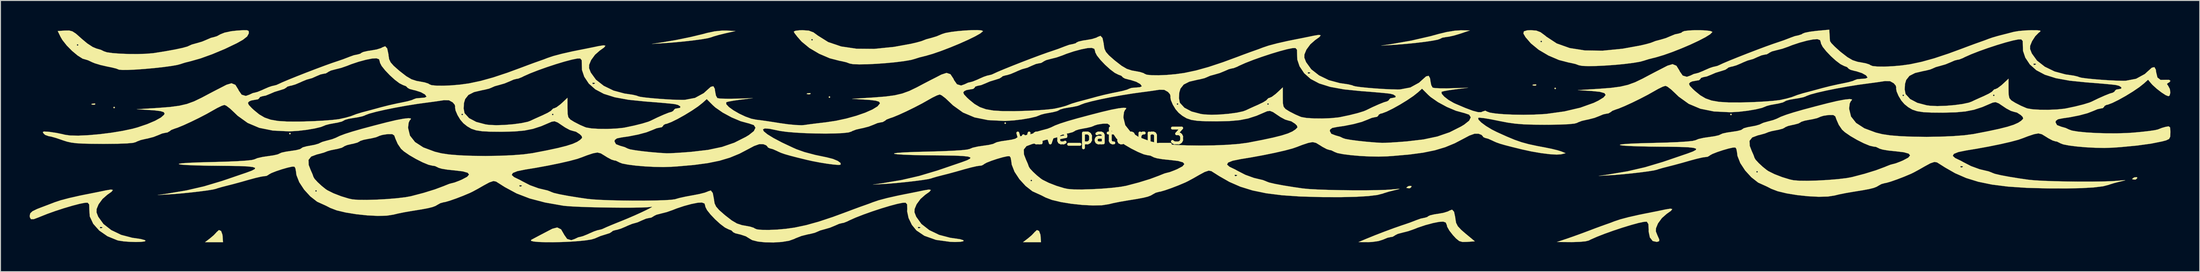
<source format=kicad_pcb>
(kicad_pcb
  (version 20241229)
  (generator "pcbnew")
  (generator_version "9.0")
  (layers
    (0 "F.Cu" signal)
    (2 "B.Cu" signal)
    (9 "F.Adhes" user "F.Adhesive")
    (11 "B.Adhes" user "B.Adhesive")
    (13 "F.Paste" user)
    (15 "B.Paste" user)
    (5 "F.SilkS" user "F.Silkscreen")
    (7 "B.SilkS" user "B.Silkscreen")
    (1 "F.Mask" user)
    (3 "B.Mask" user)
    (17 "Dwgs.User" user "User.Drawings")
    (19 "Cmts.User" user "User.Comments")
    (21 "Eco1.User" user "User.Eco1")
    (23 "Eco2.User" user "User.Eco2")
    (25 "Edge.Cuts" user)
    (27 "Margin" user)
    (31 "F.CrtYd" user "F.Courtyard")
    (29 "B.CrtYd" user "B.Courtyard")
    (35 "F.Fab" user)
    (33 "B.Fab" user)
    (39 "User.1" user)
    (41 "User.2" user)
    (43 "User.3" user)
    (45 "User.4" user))
  (footprint "wave_pattern_3"
    (layer "F.Cu")
    (at 110.012 10.968)
    (property "Reference" "wave_pattern_3" (at 0 0 0) (layer "F.SilkS") (effects (font (size 1.524 1.524) (thickness 0.3))))
    (attr through_hole)
    (fp_poly (pts (xy -101.242 -2.951) (xy -101.332 -2.862) (xy -101.421 -2.951) (xy -101.332 -3.041) (xy -101.242 -2.951)) (stroke (width 0.01) (type solid)) (fill yes) (layer "F.SilkS"))
    (fp_poly (pts (xy -83.176 -0.268) (xy -83.265 -0.179) (xy -83.355 -0.268) (xy -83.265 -0.358) (xy -83.176 -0.268)) (stroke (width 0.01) (type solid)) (fill yes) (layer "F.SilkS"))
    (fp_poly (pts (xy -27.725 -4.025) (xy -27.815 -3.935) (xy -27.904 -4.025) (xy -27.815 -4.114) (xy -27.725 -4.025)) (stroke (width 0.01) (type solid)) (fill yes) (layer "F.SilkS"))
    (fp_poly (pts (xy -9.659 -1.342) (xy -9.749 -1.252) (xy -9.838 -1.342) (xy -9.749 -1.431) (xy -9.659 -1.342)) (stroke (width 0.01) (type solid)) (fill yes) (layer "F.SilkS"))
    (fp_poly (pts (xy 46.865 -4.919) (xy 46.775 -4.83) (xy 46.686 -4.919) (xy 46.775 -5.008) (xy 46.865 -4.919)) (stroke (width 0.01) (type solid)) (fill yes) (layer "F.SilkS"))
    (fp_poly (pts (xy 64.931 -2.236) (xy 64.842 -2.146) (xy 64.752 -2.236) (xy 64.842 -2.325) (xy 64.931 -2.236)) (stroke (width 0.01) (type solid)) (fill yes) (layer "F.SilkS"))
    (fp_poly (pts (xy -103.258 -3.328) (xy -103.312 -3.246) (xy -103.493 -3.234) (xy -103.684 -3.278) (xy -103.601 -3.342) (xy -103.322 -3.363) (xy -103.258 -3.328)) (stroke (width 0.01) (type solid)) (fill yes) (layer "F.SilkS"))
    (fp_poly (pts (xy -29.741 -4.401) (xy -29.795 -4.32) (xy -29.976 -4.307) (xy -30.167 -4.351) (xy -30.084 -4.415) (xy -29.805 -4.436) (xy -29.741 -4.401)) (stroke (width 0.01) (type solid)) (fill yes) (layer "F.SilkS"))
    (fp_poly (pts (xy 44.849 -5.295) (xy 44.795 -5.214) (xy 44.614 -5.201) (xy 44.423 -5.245) (xy 44.506 -5.31) (xy 44.785 -5.331) (xy 44.849 -5.295)) (stroke (width 0.01) (type solid)) (fill yes) (layer "F.SilkS"))
    (fp_poly (pts (xy 32.018 5.193) (xy 31.873 5.347) (xy 31.75 5.366) (xy 31.511 5.328) (xy 31.482 5.296) (xy 31.622 5.181) (xy 31.75 5.123) (xy 31.98 5.119) (xy 32.018 5.193)) (stroke (width 0.01) (type solid)) (fill yes) (layer "F.SilkS"))
    (fp_poly (pts (xy 106.608 4.299) (xy 106.463 4.452) (xy 106.34 4.472) (xy 106.101 4.434) (xy 106.072 4.402) (xy 106.212 4.286) (xy 106.34 4.228) (xy 106.57 4.225) (xy 106.608 4.299)) (stroke (width 0.01) (type solid)) (fill yes) (layer "F.SilkS"))
    (fp_poly (pts (xy -90.338 9.757) (xy -90.199 10.139) (xy -90.183 10.285) (xy -90.141 10.911) (xy -91.989 10.911) (xy -91.473 10.515) (xy -91.087 10.187) (xy -90.829 9.912) (xy -90.814 9.889) (xy -90.561 9.662) (xy -90.338 9.757)) (stroke (width 0.01) (type solid)) (fill yes) (layer "F.SilkS"))
    (fp_poly (pts (xy -6.268 9.757) (xy -6.128 10.139) (xy -6.113 10.285) (xy -6.07 10.911) (xy -7.919 10.911) (xy -7.403 10.515) (xy -7.016 10.187) (xy -6.759 9.912) (xy -6.744 9.889) (xy -6.491 9.662) (xy -6.268 9.757)) (stroke (width 0.01) (type solid)) (fill yes) (layer "F.SilkS"))
    (fp_poly (pts (xy -37.474 -10.822) (xy -38.547 -10.58) (xy -39.184 -10.423) (xy -39.722 -10.269) (xy -39.978 -10.176) (xy -40.33 -10.082) (xy -40.964 -9.973) (xy -41.804 -9.859) (xy -42.777 -9.749) (xy -43.807 -9.651) (xy -44.819 -9.576) (xy -44.897 -9.571) (xy -46.06 -9.501) (xy -44.987 -9.661) (xy -43.567 -9.902) (xy -42.094 -10.205) (xy -40.744 -10.53) (xy -40.368 -10.633) (xy -39.605 -10.793) (xy -38.8 -10.875) (xy -38.4 -10.875) (xy -37.474 -10.822)) (stroke (width 0.01) (type solid)) (fill yes) (layer "F.SilkS"))
    (fp_poly (pts (xy 38.011 -10.888) (xy 37.027 -10.554) (xy 36.4 -10.365) (xy 35.842 -10.239) (xy 35.587 -10.208) (xy 35.173 -10.137) (xy 34.961 -10.027) (xy 34.713 -9.937) (xy 34.174 -9.83) (xy 33.411 -9.716) (xy 32.489 -9.604) (xy 31.475 -9.502) (xy 30.435 -9.418) (xy 30.051 -9.393) (xy 28.888 -9.322) (xy 29.961 -9.482) (xy 31.982 -9.838) (xy 33.941 -10.287) (xy 34.833 -10.532) (xy 35.629 -10.724) (xy 36.445 -10.857) (xy 37.069 -10.899) (xy 38.011 -10.888)) (stroke (width 0.01) (type solid)) (fill yes) (layer "F.SilkS"))
    (fp_poly (pts (xy 58.811 7.501) (xy 58.678 7.682) (xy 58.232 7.999) (xy 57.742 8.431) (xy 57.352 8.963) (xy 57.319 9.03) (xy 57.135 9.479) (xy 57.126 9.81) (xy 57.288 10.218) (xy 57.3 10.243) (xy 57.472 10.629) (xy 57.466 10.803) (xy 57.266 10.873) (xy 57.218 10.881) (xy 56.8 10.793) (xy 56.508 10.421) (xy 56.383 9.825) (xy 56.385 9.583) (xy 56.355 9.048) (xy 56.197 8.805) (xy 56.192 8.803) (xy 55.89 8.816) (xy 55.326 8.936) (xy 54.572 9.142) (xy 53.698 9.409) (xy 52.775 9.716) (xy 51.874 10.038) (xy 51.067 10.353) (xy 50.423 10.637) (xy 50.221 10.741) (xy 49.903 10.82) (xy 49.336 10.876) (xy 48.628 10.901) (xy 48.432 10.902) (xy 46.954 10.892) (xy 47.938 10.564) (xy 48.633 10.323) (xy 49.467 10.021) (xy 50.174 9.756) (xy 50.872 9.492) (xy 51.51 9.256) (xy 51.954 9.098) (xy 51.963 9.095) (xy 52.471 8.915) (xy 52.857 8.765) (xy 53.453 8.564) (xy 54.329 8.332) (xy 55.411 8.088) (xy 56.077 7.953) (xy 56.842 7.802) (xy 57.587 7.651) (xy 58.089 7.545) (xy 58.615 7.459) (xy 58.811 7.501)) (stroke (width 0.01) (type solid)) (fill yes) (layer "F.SilkS"))
    (fp_poly (pts (xy 36.384 7.785) (xy 36.505 8.353) (xy 36.519 8.496) (xy 36.591 8.919) (xy 36.769 9.269) (xy 37.121 9.647) (xy 37.549 10.017) (xy 38.518 10.822) (xy 37.727 10.881) (xy 37.252 10.891) (xy 36.914 10.795) (xy 36.583 10.528) (xy 36.265 10.184) (xy 35.902 9.721) (xy 35.677 9.323) (xy 35.638 9.142) (xy 35.529 8.885) (xy 35.273 8.796) (xy 34.849 8.819) (xy 34.201 8.947) (xy 33.441 9.152) (xy 32.678 9.407) (xy 32.26 9.573) (xy 31.669 9.78) (xy 31.051 9.936) (xy 30.6 10.056) (xy 30.326 10.194) (xy 30.306 10.216) (xy 30.063 10.356) (xy 29.906 10.376) (xy 29.537 10.457) (xy 29.091 10.644) (xy 28.614 10.797) (xy 27.96 10.89) (xy 27.571 10.905) (xy 26.563 10.9) (xy 27.368 10.561) (xy 28.252 10.202) (xy 29.241 9.819) (xy 30.204 9.463) (xy 31.011 9.181) (xy 31.213 9.115) (xy 31.834 8.903) (xy 32.422 8.677) (xy 32.493 8.648) (xy 32.96 8.481) (xy 33.32 8.407) (xy 33.332 8.407) (xy 33.633 8.32) (xy 33.702 8.254) (xy 33.92 8.147) (xy 34.375 8.042) (xy 34.715 7.992) (xy 35.295 7.889) (xy 35.748 7.749) (xy 35.891 7.67) (xy 36.18 7.559) (xy 36.384 7.785)) (stroke (width 0.01) (type solid)) (fill yes) (layer "F.SilkS"))
    (fp_poly (pts (xy -101.46 5.534) (xy -101.592 5.714) (xy -102.038 6.031) (xy -102.528 6.462) (xy -102.917 6.993) (xy -102.951 7.06) (xy -103.134 7.506) (xy -103.144 7.84) (xy -102.981 8.26) (xy -102.958 8.307) (xy -102.429 9.04) (xy -101.622 9.671) (xy -100.609 10.158) (xy -99.466 10.459) (xy -99.135 10.504) (xy -98.588 10.587) (xy -98.203 10.692) (xy -98.096 10.758) (xy -98.201 10.835) (xy -98.569 10.88) (xy -99.11 10.892) (xy -99.731 10.875) (xy -100.341 10.828) (xy -100.846 10.753) (xy -100.998 10.717) (xy -102.015 10.301) (xy -102.857 9.718) (xy -103.175 9.361) (xy -102.792 9.361) (xy -102.768 9.467) (xy -102.673 9.48) (xy -102.526 9.415) (xy -102.554 9.361) (xy -102.766 9.34) (xy -102.792 9.361) (xy -103.175 9.361) (xy -103.48 9.019) (xy -103.837 8.256) (xy -103.886 7.508) (xy -103.897 7.024) (xy -104.051 6.848) (xy -104.343 6.855) (xy -104.895 6.966) (xy -105.635 7.159) (xy -106.488 7.412) (xy -107.381 7.703) (xy -108.24 8.011) (xy -108.991 8.312) (xy -109.05 8.338) (xy -109.587 8.54) (xy -109.882 8.544) (xy -109.997 8.339) (xy -110.007 8.18) (xy -109.948 7.934) (xy -109.723 7.725) (xy -109.261 7.5) (xy -108.889 7.355) (xy -108.255 7.115) (xy -107.714 6.909) (xy -107.413 6.792) (xy -106.802 6.591) (xy -105.918 6.359) (xy -104.842 6.116) (xy -104.194 5.985) (xy -103.429 5.834) (xy -102.683 5.683) (xy -102.181 5.578) (xy -101.655 5.491) (xy -101.46 5.534)) (stroke (width 0.01) (type solid)) (fill yes) (layer "F.SilkS"))
    (fp_poly (pts (xy -12.179 -10.889) (xy -12.031 -10.815) (xy -12.038 -10.798) (xy -12.301 -10.582) (xy -12.836 -10.279) (xy -13.573 -9.918) (xy -14.444 -9.529) (xy -15.382 -9.141) (xy -16.318 -8.782) (xy -17.185 -8.482) (xy -17.914 -8.269) (xy -18.066 -8.233) (xy -18.572 -8.105) (xy -18.956 -7.983) (xy -18.976 -7.975) (xy -19.427 -7.848) (xy -20.128 -7.727) (xy -21.003 -7.616) (xy -21.978 -7.522) (xy -22.978 -7.449) (xy -23.929 -7.403) (xy -24.757 -7.39) (xy -25.386 -7.413) (xy -25.741 -7.48) (xy -25.758 -7.488) (xy -26.1 -7.613) (xy -26.618 -7.731) (xy -26.768 -7.756) (xy -27.789 -8.021) (xy -28.867 -8.483) (xy -29.867 -9.073) (xy -30.657 -9.722) (xy -30.721 -9.79) (xy -30.842 -9.927) (xy -29.693 -9.927) (xy -29.604 -9.838) (xy -29.514 -9.927) (xy -29.604 -10.017) (xy -29.693 -9.927) (xy -30.842 -9.927) (xy -31.119 -10.243) (xy -31.394 -10.599) (xy -31.482 -10.763) (xy -31.321 -10.847) (xy -30.908 -10.901) (xy -30.575 -10.911) (xy -29.936 -10.866) (xy -29.455 -10.684) (xy -29.007 -10.355) (xy -27.943 -9.688) (xy -26.61 -9.236) (xy -25.026 -9.002) (xy -23.207 -8.988) (xy -21.171 -9.194) (xy -19.408 -9.517) (xy -18.81 -9.658) (xy -18.349 -9.787) (xy -18.156 -9.862) (xy -17.866 -9.976) (xy -17.413 -10.096) (xy -17.394 -10.1) (xy -16.807 -10.276) (xy -16.231 -10.518) (xy -15.874 -10.63) (xy -15.313 -10.731) (xy -14.626 -10.816) (xy -13.891 -10.879) (xy -13.187 -10.916) (xy -12.59 -10.921) (xy -12.179 -10.889)) (stroke (width 0.01) (type solid)) (fill yes) (layer "F.SilkS"))
    (fp_poly (pts (xy 44.834 -10.87) (xy 45.272 -10.702) (xy 45.757 -10.343) (xy 45.876 -10.24) (xy 46.934 -9.546) (xy 48.259 -9.074) (xy 49.839 -8.825) (xy 51.66 -8.802) (xy 53.708 -9.004) (xy 55.54 -9.338) (xy 56.138 -9.479) (xy 56.599 -9.608) (xy 56.792 -9.683) (xy 57.08 -9.796) (xy 57.535 -9.917) (xy 57.565 -9.923) (xy 58.147 -10.095) (xy 58.638 -10.301) (xy 59.086 -10.485) (xy 59.42 -10.552) (xy 59.744 -10.647) (xy 59.833 -10.732) (xy 60.046 -10.821) (xy 60.494 -10.88) (xy 61.081 -10.91) (xy 61.713 -10.91) (xy 62.294 -10.882) (xy 62.731 -10.825) (xy 62.927 -10.741) (xy 62.929 -10.718) (xy 62.715 -10.499) (xy 62.227 -10.194) (xy 61.528 -9.829) (xy 60.683 -9.434) (xy 59.756 -9.037) (xy 58.811 -8.665) (xy 57.912 -8.348) (xy 57.123 -8.113) (xy 56.882 -8.054) (xy 56.376 -7.926) (xy 55.992 -7.804) (xy 55.972 -7.796) (xy 55.521 -7.669) (xy 54.82 -7.548) (xy 53.945 -7.438) (xy 52.97 -7.343) (xy 51.97 -7.271) (xy 51.019 -7.225) (xy 50.191 -7.211) (xy 49.562 -7.234) (xy 49.206 -7.301) (xy 49.19 -7.309) (xy 48.848 -7.434) (xy 48.33 -7.552) (xy 48.18 -7.577) (xy 47.159 -7.842) (xy 46.081 -8.304) (xy 45.081 -8.894) (xy 44.291 -9.543) (xy 44.226 -9.612) (xy 44.109 -9.749) (xy 45.255 -9.749) (xy 45.344 -9.659) (xy 45.434 -9.749) (xy 45.344 -9.838) (xy 45.255 -9.749) (xy 44.109 -9.749) (xy 43.73 -10.189) (xy 43.507 -10.571) (xy 43.561 -10.794) (xy 43.892 -10.894) (xy 44.288 -10.911) (xy 44.834 -10.87)) (stroke (width 0.01) (type solid)) (fill yes) (layer "F.SilkS"))
    (fp_poly (pts (xy -87.672 -10.906) (xy -87.51 -10.833) (xy -87.484 -10.675) (xy -87.498 -10.565) (xy -87.663 -10.263) (xy -88.095 -9.924) (xy -88.721 -9.571) (xy -89.958 -8.979) (xy -91.243 -8.442) (xy -92.462 -8.003) (xy -93.5 -7.708) (xy -93.551 -7.696) (xy -94.057 -7.569) (xy -94.441 -7.446) (xy -94.46 -7.438) (xy -94.852 -7.33) (xy -95.492 -7.219) (xy -96.306 -7.109) (xy -97.223 -7.009) (xy -98.172 -6.923) (xy -99.08 -6.857) (xy -99.877 -6.82) (xy -100.491 -6.815) (xy -100.849 -6.851) (xy -100.904 -6.876) (xy -101.122 -6.961) (xy -101.583 -7.076) (xy -102.059 -7.172) (xy -102.728 -7.324) (xy -103.326 -7.506) (xy -103.607 -7.622) (xy -103.98 -7.8) (xy -104.192 -7.87) (xy -104.194 -7.87) (xy -104.574 -7.98) (xy -105.089 -8.308) (xy -105.658 -8.783) (xy -106.204 -9.336) (xy -106.247 -9.391) (xy -105.177 -9.391) (xy -105.088 -9.301) (xy -104.999 -9.391) (xy -105.088 -9.48) (xy -105.177 -9.391) (xy -106.247 -9.391) (xy -106.647 -9.896) (xy -106.834 -10.216) (xy -107.129 -10.822) (xy -106.377 -10.874) (xy -105.957 -10.879) (xy -105.619 -10.789) (xy -105.258 -10.554) (xy -104.77 -10.122) (xy -104.679 -10.037) (xy -104.094 -9.548) (xy -103.536 -9.183) (xy -103.158 -9.025) (xy -102.693 -8.89) (xy -102.377 -8.736) (xy -102.376 -8.735) (xy -102.075 -8.635) (xy -101.499 -8.554) (xy -100.729 -8.496) (xy -99.849 -8.462) (xy -98.939 -8.457) (xy -98.082 -8.482) (xy -97.36 -8.541) (xy -97.218 -8.56) (xy -96.067 -8.743) (xy -95.08 -8.922) (xy -94.307 -9.087) (xy -93.802 -9.228) (xy -93.64 -9.302) (xy -93.352 -9.432) (xy -92.896 -9.56) (xy -92.868 -9.566) (xy -92.286 -9.737) (xy -91.795 -9.943) (xy -91.375 -10.125) (xy -91.085 -10.195) (xy -90.777 -10.288) (xy -90.408 -10.488) (xy -89.976 -10.661) (xy -89.314 -10.802) (xy -88.7 -10.871) (xy -88.044 -10.912) (xy -87.672 -10.906)) (stroke (width 0.01) (type solid)) (fill yes) (layer "F.SilkS"))
    (fp_poly (pts (xy 74.975 -10.49) (xy 75.002 -10.046) (xy 75.019 -9.793) (xy 75.158 -9.581) (xy 75.509 -9.217) (xy 76.004 -8.77) (xy 76.148 -8.648) (xy 76.808 -8.137) (xy 77.338 -7.826) (xy 77.854 -7.656) (xy 78.161 -7.603) (xy 78.696 -7.502) (xy 79.068 -7.382) (xy 79.162 -7.317) (xy 79.401 -7.22) (xy 79.918 -7.169) (xy 80.634 -7.163) (xy 81.474 -7.201) (xy 82.358 -7.279) (xy 83.212 -7.398) (xy 83.281 -7.41) (xy 84.45 -7.658) (xy 85.735 -8.015) (xy 87.207 -8.504) (xy 88.632 -9.028) (xy 89.33 -9.291) (xy 89.968 -9.526) (xy 90.412 -9.684) (xy 90.42 -9.687) (xy 90.929 -9.867) (xy 91.315 -10.016) (xy 91.707 -10.152) (xy 92.265 -10.314) (xy 92.477 -10.37) (xy 93.135 -10.538) (xy 93.771 -10.703) (xy 93.908 -10.739) (xy 94.43 -10.828) (xy 95.134 -10.889) (xy 95.692 -10.907) (xy 96.303 -10.904) (xy 96.608 -10.875) (xy 96.658 -10.804) (xy 96.506 -10.671) (xy 96.458 -10.637) (xy 96.116 -10.288) (xy 95.801 -9.801) (xy 95.772 -9.742) (xy 95.591 -9.299) (xy 95.587 -8.964) (xy 95.757 -8.533) (xy 95.77 -8.507) (xy 96.295 -7.78) (xy 97.097 -7.151) (xy 98.101 -6.662) (xy 99.231 -6.358) (xy 99.543 -6.314) (xy 100.096 -6.23) (xy 100.504 -6.131) (xy 100.616 -6.082) (xy 100.861 -6.018) (xy 101.38 -5.946) (xy 102.091 -5.873) (xy 102.91 -5.806) (xy 103.754 -5.751) (xy 104.541 -5.714) (xy 105.187 -5.702) (xy 105.421 -5.707) (xy 106.479 -5.908) (xy 107.376 -6.398) (xy 107.682 -6.677) (xy 108.098 -7.05) (xy 108.364 -7.109) (xy 108.507 -6.852) (xy 108.544 -6.581) (xy 108.675 -6.042) (xy 108.992 -5.796) (xy 109.515 -5.804) (xy 109.873 -5.805) (xy 110.015 -5.692) (xy 109.882 -5.536) (xy 109.783 -5.493) (xy 109.65 -5.373) (xy 109.783 -5.174) (xy 109.952 -4.854) (xy 110 -4.477) (xy 109.926 -4.187) (xy 109.8 -4.114) (xy 109.52 -4.225) (xy 109.086 -4.507) (xy 108.603 -4.881) (xy 108.176 -5.269) (xy 108.01 -5.451) (xy 107.712 -5.813) (xy 107.294 -5.433) (xy 106.8 -5.04) (xy 106.146 -4.595) (xy 105.413 -4.145) (xy 104.684 -3.739) (xy 104.043 -3.423) (xy 103.572 -3.244) (xy 103.433 -3.221) (xy 103.226 -3.107) (xy 103.21 -3.041) (xy 103.062 -2.889) (xy 102.897 -2.861) (xy 102.517 -2.78) (xy 102.084 -2.599) (xy 101.491 -2.367) (xy 100.651 -2.141) (xy 99.674 -1.947) (xy 98.962 -1.844) (xy 98.457 -1.744) (xy 98.233 -1.578) (xy 98.201 -1.427) (xy 98.354 -1.142) (xy 98.783 -0.977) (xy 99.244 -0.846) (xy 99.552 -0.702) (xy 99.557 -0.698) (xy 99.884 -0.578) (xy 100.501 -0.474) (xy 101.339 -0.39) (xy 102.332 -0.33) (xy 103.411 -0.297) (xy 104.508 -0.294) (xy 105.556 -0.326) (xy 106.169 -0.365) (xy 107.057 -0.447) (xy 107.83 -0.535) (xy 108.412 -0.62) (xy 108.722 -0.692) (xy 108.735 -0.698) (xy 109.127 -0.851) (xy 109.515 -0.962) (xy 109.831 -1.014) (xy 109.971 -0.905) (xy 110.006 -0.552) (xy 110.007 -0.376) (xy 109.989 0.05) (xy 109.872 0.286) (xy 109.567 0.431) (xy 109.157 0.54) (xy 108.021 0.767) (xy 106.585 0.965) (xy 104.907 1.124) (xy 104.065 1.184) (xy 103.222 1.209) (xy 102.278 1.193) (xy 101.307 1.142) (xy 100.386 1.062) (xy 99.589 0.961) (xy 98.993 0.845) (xy 98.672 0.72) (xy 98.66 0.709) (xy 98.337 0.552) (xy 98.207 0.537) (xy 97.896 0.441) (xy 97.442 0.2) (xy 97.252 0.078) (xy 96.794 -0.201) (xy 96.443 -0.286) (xy 96.028 -0.212) (xy 95.913 -0.178) (xy 95.377 0.000189) (xy 94.934 0.17) (xy 94.892 0.188) (xy 94.381 0.368) (xy 93.581 0.582) (xy 92.555 0.817) (xy 91.37 1.059) (xy 90.09 1.293) (xy 89.034 1.467) (xy 88.218 1.632) (xy 87.752 1.819) (xy 87.639 2.024) (xy 87.879 2.247) (xy 88.05 2.329) (xy 88.484 2.538) (xy 88.721 2.671) (xy 89.517 3.08) (xy 90.399 3.401) (xy 90.841 3.507) (xy 91.32 3.62) (xy 91.646 3.744) (xy 91.673 3.762) (xy 91.964 3.873) (xy 92.566 4.014) (xy 93.435 4.177) (xy 94.525 4.353) (xy 95.429 4.483) (xy 96.07 4.544) (xy 96.99 4.595) (xy 98.111 4.634) (xy 99.353 4.662) (xy 100.638 4.676) (xy 101.887 4.676) (xy 103.022 4.661) (xy 103.963 4.63) (xy 104.551 4.591) (xy 105.127 4.538) (xy 105.368 4.526) (xy 105.293 4.562) (xy 104.923 4.652) (xy 104.82 4.675) (xy 104.246 4.823) (xy 103.77 4.969) (xy 103.657 5.011) (xy 103.08 5.16) (xy 102.161 5.272) (xy 100.912 5.346) (xy 99.349 5.381) (xy 97.484 5.377) (xy 97.373 5.376) (xy 95.183 5.316) (xy 93.299 5.188) (xy 91.673 4.983) (xy 90.26 4.692) (xy 89.011 4.305) (xy 87.881 3.812) (xy 86.843 3.218) (xy 86.659 3.1) (xy 88.423 3.1) (xy 88.448 3.207) (xy 88.542 3.22) (xy 88.689 3.154) (xy 88.662 3.1) (xy 88.449 3.079) (xy 88.423 3.1) (xy 86.659 3.1) (xy 86.394 2.932) (xy 86.038 2.708) (xy 86.023 2.699) (xy 85.756 2.651) (xy 85.34 2.789) (xy 84.771 3.097) (xy 84.177 3.437) (xy 83.641 3.727) (xy 83.355 3.868) (xy 82.642 4.168) (xy 81.918 4.447) (xy 81.278 4.671) (xy 80.816 4.805) (xy 80.663 4.83) (xy 80.308 4.927) (xy 80.041 5.073) (xy 79.803 5.213) (xy 79.494 5.33) (xy 79.045 5.442) (xy 78.386 5.565) (xy 77.448 5.718) (xy 77.363 5.731) (xy 76.625 5.859) (xy 75.935 5.998) (xy 75.485 6.108) (xy 74.79 6.216) (xy 73.851 6.238) (xy 72.767 6.183) (xy 71.639 6.063) (xy 70.566 5.888) (xy 69.648 5.668) (xy 68.985 5.415) (xy 68.981 5.413) (xy 68.584 5.208) (xy 68.344 5.095) (xy 68.33 5.09) (xy 67.637 4.777) (xy 66.937 4.228) (xy 66.425 3.667) (xy 67.435 3.667) (xy 67.525 3.756) (xy 67.614 3.667) (xy 67.525 3.577) (xy 67.435 3.667) (xy 66.425 3.667) (xy 66.3 3.53) (xy 65.801 2.769) (xy 65.511 2.033) (xy 65.468 1.682) (xy 65.4 1.317) (xy 65.296 1.167) (xy 65.056 1.171) (xy 64.592 1.273) (xy 64.012 1.44) (xy 63.425 1.636) (xy 62.938 1.828) (xy 62.661 1.981) (xy 62.635 2.012) (xy 62.431 2.124) (xy 62.231 2.146) (xy 61.896 2.195) (xy 61.334 2.324) (xy 60.662 2.505) (xy 60.591 2.526) (xy 59.8 2.751) (xy 59 2.968) (xy 58.402 3.121) (xy 57.832 3.268) (xy 57.381 3.4) (xy 57.239 3.45) (xy 56.927 3.525) (xy 56.339 3.619) (xy 55.558 3.723) (xy 54.663 3.826) (xy 53.736 3.919) (xy 52.859 3.993) (xy 52.41 4.022) (xy 51.247 4.089) (xy 52.231 3.947) (xy 54.202 3.615) (xy 56.009 3.197) (xy 57.846 2.648) (xy 58.402 2.46) (xy 59.159 2.201) (xy 59.943 1.933) (xy 60.36 1.791) (xy 60.92 1.583) (xy 61.229 1.42) (xy 61.269 1.296) (xy 61.023 1.206) (xy 60.476 1.144) (xy 59.609 1.107) (xy 58.407 1.088) (xy 58.01 1.086) (xy 56.5 1.071) (xy 55.28 1.045) (xy 54.357 1.009) (xy 53.738 0.966) (xy 53.432 0.919) (xy 53.445 0.869) (xy 53.787 0.82) (xy 54.463 0.772) (xy 55.482 0.73) (xy 56.731 0.697) (xy 58.183 0.658) (xy 59.381 0.609) (xy 60.3 0.551) (xy 60.914 0.487) (xy 60.96 0.476) (xy 66.752 0.476) (xy 66.771 0.99) (xy 66.974 1.516) (xy 67.159 1.934) (xy 67.253 2.198) (xy 67.256 2.22) (xy 67.382 2.431) (xy 67.697 2.771) (xy 68.107 3.152) (xy 68.519 3.482) (xy 68.687 3.595) (xy 69.315 3.908) (xy 70.113 4.217) (xy 70.899 4.456) (xy 71.281 4.537) (xy 71.887 4.585) (xy 72.747 4.592) (xy 73.76 4.563) (xy 74.826 4.503) (xy 75.844 4.419) (xy 76.714 4.315) (xy 77.273 4.212) (xy 78.575 3.87) (xy 79.744 3.509) (xy 80.676 3.161) (xy 80.788 3.112) (xy 81.219 2.942) (xy 81.511 2.863) (xy 81.526 2.862) (xy 81.78 2.794) (xy 82.232 2.622) (xy 82.52 2.499) (xy 83.058 2.214) (xy 83.256 1.981) (xy 83.109 1.796) (xy 82.614 1.656) (xy 81.767 1.554) (xy 81.703 1.549) (xy 81.003 1.476) (xy 80.437 1.38) (xy 80.104 1.28) (xy 80.067 1.255) (xy 79.749 1.104) (xy 79.51 1.073) (xy 79.093 0.978) (xy 78.488 0.728) (xy 77.796 0.378) (xy 77.12 -0.016) (xy 76.561 -0.401) (xy 76.262 -0.671) (xy 75.922 -1.169) (xy 75.694 -1.689) (xy 75.691 -1.699) (xy 75.565 -2.044) (xy 75.355 -2.181) (xy 74.937 -2.181) (xy 74.845 -2.174) (xy 74.349 -2.099) (xy 74.005 -1.992) (xy 73.964 -1.967) (xy 73.691 -1.856) (xy 73.204 -1.741) (xy 72.933 -1.695) (xy 72.417 -1.594) (xy 72.067 -1.479) (xy 71.993 -1.426) (xy 71.776 -1.308) (xy 71.342 -1.191) (xy 71.192 -1.163) (xy 70.719 -1.053) (xy 70.421 -0.928) (xy 70.387 -0.894) (xy 70.168 -0.776) (xy 69.728 -0.657) (xy 69.536 -0.621) (xy 69.024 -0.518) (xy 68.661 -0.412) (xy 68.598 -0.382) (xy 68.325 -0.276) (xy 67.846 -0.143) (xy 67.614 -0.089) (xy 67.027 0.129) (xy 66.752 0.476) (xy 60.96 0.476) (xy 61.197 0.417) (xy 61.203 0.413) (xy 61.5 0.291) (xy 62.029 0.17) (xy 62.561 0.092) (xy 63.157 0.004) (xy 63.596 -0.097) (xy 63.768 -0.179) (xy 63.98 -0.274) (xy 64.44 -0.376) (xy 64.931 -0.447) (xy 65.496 -0.534) (xy 65.885 -0.634) (xy 66.004 -0.713) (xy 66.164 -0.819) (xy 66.57 -0.93) (xy 66.854 -0.98) (xy 67.393 -1.083) (xy 67.787 -1.199) (xy 67.882 -1.248) (xy 68.169 -1.379) (xy 68.629 -1.511) (xy 68.681 -1.523) (xy 69.183 -1.657) (xy 69.56 -1.801) (xy 69.576 -1.81) (xy 69.964 -1.997) (xy 70.515 -2.205) (xy 71.267 -2.445) (xy 72.261 -2.73) (xy 73.534 -3.071) (xy 74.769 -3.39) (xy 75.744 -3.621) (xy 76.509 -3.766) (xy 77.033 -3.823) (xy 77.284 -3.789) (xy 77.231 -3.661) (xy 77.166 -3.612) (xy 77.049 -3.368) (xy 76.993 -2.918) (xy 76.993 -2.79) (xy 77.18 -2.025) (xy 77.703 -1.363) (xy 78.554 -0.81) (xy 79.723 -0.374) (xy 80.404 -0.205) (xy 81.219 -0.084) (xy 82.305 0.003) (xy 83.578 0.053) (xy 84.952 0.069) (xy 86.341 0.049) (xy 87.662 -0.006) (xy 88.829 -0.095) (xy 89.757 -0.219) (xy 89.794 -0.226) (xy 91.246 -0.507) (xy 92.386 -0.751) (xy 93.257 -0.971) (xy 93.903 -1.177) (xy 94.365 -1.384) (xy 94.671 -1.587) (xy 94.878 -1.797) (xy 94.828 -1.98) (xy 94.633 -2.176) (xy 94.244 -2.427) (xy 93.943 -2.504) (xy 93.61 -2.605) (xy 93.132 -2.862) (xy 92.839 -3.059) (xy 92.365 -3.378) (xy 92.046 -3.502) (xy 91.762 -3.462) (xy 91.604 -3.396) (xy 90.671 -2.996) (xy 89.818 -2.719) (xy 88.937 -2.545) (xy 87.922 -2.453) (xy 86.667 -2.422) (xy 86.558 -2.422) (xy 85.437 -2.43) (xy 84.6 -2.474) (xy 83.973 -2.571) (xy 83.484 -2.735) (xy 83.06 -2.985) (xy 82.669 -3.301) (xy 82.352 -3.668) (xy 82.065 -4.144) (xy 82.04 -4.204) (xy 82.461 -4.204) (xy 82.55 -4.114) (xy 82.639 -4.204) (xy 82.55 -4.293) (xy 82.461 -4.204) (xy 82.04 -4.204) (xy 81.866 -4.611) (xy 81.834 -4.81) (xy 82.699 -4.81) (xy 82.784 -4.36) (xy 82.803 -4.322) (xy 83.256 -3.825) (xy 83.994 -3.434) (xy 84.952 -3.181) (xy 85.323 -3.131) (xy 86.049 -3.099) (xy 86.915 -3.126) (xy 87.816 -3.201) (xy 88.644 -3.314) (xy 89.292 -3.453) (xy 89.57 -3.555) (xy 89.905 -3.714) (xy 90.431 -3.952) (xy 90.823 -4.124) (xy 90.987 -4.204) (xy 91.762 -4.204) (xy 91.851 -4.114) (xy 91.941 -4.204) (xy 91.851 -4.293) (xy 91.762 -4.204) (xy 90.987 -4.204) (xy 91.331 -4.369) (xy 91.672 -4.579) (xy 91.762 -4.681) (xy 91.904 -4.82) (xy 91.986 -4.83) (xy 92.244 -4.945) (xy 92.629 -5.233) (xy 92.79 -5.376) (xy 93.372 -5.921) (xy 93.372 -4.872) (xy 93.383 -4.279) (xy 93.455 -3.925) (xy 93.648 -3.691) (xy 94.022 -3.457) (xy 94.101 -3.412) (xy 94.659 -3.126) (xy 95.176 -2.904) (xy 95.308 -2.858) (xy 95.825 -2.77) (xy 96.578 -2.723) (xy 97.449 -2.716) (xy 98.32 -2.75) (xy 99.07 -2.825) (xy 99.275 -2.859) (xy 100.224 -3.059) (xy 101.056 -3.267) (xy 101.68 -3.46) (xy 101.919 -3.558) (xy 102.6 -3.888) (xy 103.246 -4.176) (xy 103.765 -4.383) (xy 104.065 -4.471) (xy 104.079 -4.472) (xy 104.272 -4.594) (xy 104.283 -4.651) (xy 104.433 -4.796) (xy 104.641 -4.83) (xy 104.952 -4.891) (xy 104.969 -5.031) (xy 104.728 -5.185) (xy 104.417 -5.265) (xy 104.025 -5.312) (xy 103.361 -5.376) (xy 102.514 -5.449) (xy 101.568 -5.523) (xy 101.378 -5.537) (xy 99.648 -5.712) (xy 98.236 -5.97) (xy 97.108 -6.325) (xy 96.228 -6.791) (xy 95.564 -7.381) (xy 95.516 -7.453) (xy 95.936 -7.453) (xy 95.96 -7.347) (xy 96.055 -7.334) (xy 96.202 -7.399) (xy 96.174 -7.453) (xy 95.962 -7.474) (xy 95.936 -7.453) (xy 95.516 -7.453) (xy 95.094 -8.086) (xy 94.859 -8.782) (xy 94.842 -9.306) (xy 94.832 -9.79) (xy 94.677 -9.966) (xy 94.376 -9.96) (xy 93.813 -9.846) (xy 93.058 -9.645) (xy 92.181 -9.381) (xy 91.255 -9.076) (xy 90.348 -8.753) (xy 89.532 -8.434) (xy 88.876 -8.143) (xy 88.679 -8.041) (xy 88.306 -7.895) (xy 88.142 -7.869) (xy 87.829 -7.79) (xy 87.436 -7.618) (xy 86.901 -7.396) (xy 86.363 -7.241) (xy 85.904 -7.115) (xy 85.6 -6.982) (xy 85.591 -6.976) (xy 85.313 -6.863) (xy 84.834 -6.745) (xy 84.646 -6.711) (xy 83.767 -6.506) (xy 83.187 -6.211) (xy 82.852 -5.788) (xy 82.73 -5.374) (xy 82.699 -4.81) (xy 81.834 -4.81) (xy 81.812 -4.948) (xy 81.831 -5.004) (xy 81.779 -5.209) (xy 81.57 -5.452) (xy 81.193 -5.663) (xy 80.674 -5.673) (xy 80.546 -5.654) (xy 79.912 -5.558) (xy 79.205 -5.462) (xy 79.062 -5.444) (xy 77.954 -5.293) (xy 76.801 -5.108) (xy 75.666 -4.902) (xy 74.613 -4.689) (xy 73.706 -4.481) (xy 73.01 -4.292) (xy 72.588 -4.135) (xy 72.533 -4.102) (xy 72.264 -4.007) (xy 71.771 -3.904) (xy 71.415 -3.849) (xy 70.872 -3.753) (xy 70.492 -3.644) (xy 70.389 -3.581) (xy 70.175 -3.474) (xy 69.729 -3.361) (xy 69.45 -3.312) (xy 68.91 -3.214) (xy 68.516 -3.11) (xy 68.419 -3.068) (xy 68.026 -2.912) (xy 67.376 -2.758) (xy 66.571 -2.621) (xy 65.711 -2.518) (xy 64.897 -2.467) (xy 64.752 -2.465) (xy 63.094 -2.544) (xy 61.693 -2.827) (xy 60.502 -3.329) (xy 59.473 -4.068) (xy 59.138 -4.39) (xy 58.692 -4.81) (xy 58.313 -5.098) (xy 58.114 -5.184) (xy 57.833 -5.095) (xy 57.367 -4.869) (xy 56.971 -4.645) (xy 56.299 -4.266) (xy 55.503 -3.852) (xy 54.676 -3.447) (xy 53.911 -3.097) (xy 53.301 -2.845) (xy 53.016 -2.751) (xy 52.647 -2.609) (xy 52.487 -2.484) (xy 52.243 -2.344) (xy 52.086 -2.324) (xy 51.711 -2.243) (xy 51.307 -2.074) (xy 50.817 -1.884) (xy 50.203 -1.725) (xy 50.054 -1.697) (xy 49.519 -1.575) (xy 49.116 -1.423) (xy 49.038 -1.374) (xy 48.753 -1.294) (xy 48.139 -1.233) (xy 47.222 -1.193) (xy 46.03 -1.176) (xy 45.818 -1.176) (xy 44.555 -1.185) (xy 43.547 -1.219) (xy 42.696 -1.287) (xy 41.899 -1.397) (xy 41.055 -1.559) (xy 40.907 -1.59) (xy 40.119 -1.748) (xy 39.463 -1.857) (xy 39.016 -1.905) (xy 38.857 -1.89) (xy 38.891 -1.703) (xy 39.18 -1.406) (xy 39.66 -1.05) (xy 40.267 -0.682) (xy 40.783 -0.422) (xy 41.802 0.038) (xy 42.613 0.375) (xy 43.33 0.625) (xy 44.065 0.825) (xy 44.931 1.011) (xy 45.702 1.156) (xy 46.401 1.298) (xy 47.015 1.448) (xy 47.401 1.568) (xy 47.849 1.75) (xy 47.401 1.863) (xy 46.936 1.898) (xy 46.209 1.853) (xy 45.308 1.74) (xy 44.317 1.569) (xy 43.377 1.364) (xy 42.363 1.115) (xy 41.629 0.925) (xy 41.106 0.774) (xy 40.728 0.64) (xy 40.424 0.505) (xy 40.324 0.455) (xy 39.895 0.264) (xy 39.582 0.18) (xy 39.576 0.18) (xy 39.368 0.078) (xy 39.352 0.019) (xy 39.2 -0.138) (xy 38.899 -0.254) (xy 38.497 -0.256) (xy 37.959 -0.064) (xy 37.423 0.221) (xy 36.456 0.728) (xy 35.472 1.134) (xy 34.407 1.453) (xy 33.196 1.7) (xy 31.777 1.889) (xy 30.085 2.037) (xy 29.475 2.078) (xy 28.632 2.103) (xy 27.688 2.087) (xy 26.717 2.036) (xy 25.795 1.956) (xy 24.999 1.855) (xy 24.402 1.739) (xy 24.082 1.614) (xy 24.07 1.603) (xy 23.747 1.446) (xy 23.617 1.431) (xy 23.305 1.335) (xy 22.852 1.095) (xy 22.662 0.972) (xy 22.204 0.694) (xy 21.853 0.608) (xy 21.438 0.683) (xy 21.323 0.717) (xy 20.786 0.895) (xy 20.344 1.064) (xy 20.302 1.083) (xy 19.791 1.262) (xy 18.991 1.476) (xy 17.965 1.711) (xy 16.78 1.953) (xy 15.5 2.188) (xy 14.444 2.361) (xy 13.628 2.527) (xy 13.162 2.713) (xy 13.048 2.918) (xy 13.289 3.141) (xy 13.46 3.224) (xy 13.894 3.433) (xy 14.131 3.566) (xy 14.927 3.975) (xy 15.809 4.295) (xy 16.251 4.401) (xy 16.73 4.514) (xy 17.056 4.639) (xy 17.082 4.656) (xy 17.374 4.767) (xy 17.976 4.909) (xy 18.845 5.071) (xy 19.935 5.247) (xy 20.839 5.378) (xy 21.48 5.439) (xy 22.4 5.489) (xy 23.521 5.529) (xy 24.763 5.556) (xy 26.048 5.57) (xy 27.297 5.57) (xy 28.432 5.555) (xy 29.373 5.525) (xy 29.961 5.485) (xy 30.537 5.432) (xy 30.777 5.42) (xy 30.702 5.456) (xy 30.332 5.546) (xy 30.23 5.57) (xy 29.656 5.717) (xy 29.18 5.863) (xy 29.067 5.906) (xy 28.49 6.054) (xy 27.57 6.166) (xy 26.322 6.24) (xy 24.759 6.276) (xy 22.893 6.272) (xy 22.783 6.27) (xy 20.593 6.21) (xy 18.709 6.082) (xy 17.083 5.878) (xy 15.67 5.586) (xy 14.421 5.199) (xy 13.291 4.706) (xy 12.253 4.112) (xy 12.069 3.995) (xy 13.833 3.995) (xy 13.857 4.101) (xy 13.952 4.114) (xy 14.099 4.049) (xy 14.071 3.995) (xy 13.859 3.973) (xy 13.833 3.995) (xy 12.069 3.995) (xy 11.804 3.827) (xy 11.448 3.602) (xy 11.433 3.593) (xy 11.166 3.546) (xy 10.749 3.684) (xy 10.181 3.991) (xy 9.587 4.332) (xy 9.051 4.621) (xy 8.765 4.762) (xy 8.052 5.063) (xy 7.328 5.342) (xy 6.688 5.565) (xy 6.226 5.7) (xy 6.073 5.724) (xy 5.718 5.821) (xy 5.451 5.968) (xy 5.212 6.107) (xy 4.904 6.224) (xy 4.455 6.336) (xy 3.796 6.46) (xy 2.857 6.612) (xy 2.773 6.626) (xy 2.034 6.753) (xy 1.345 6.892) (xy 0.894 7.002) (xy 0.2 7.111) (xy -0.739 7.132) (xy -1.823 7.077) (xy -2.951 6.957) (xy -4.024 6.782) (xy -4.942 6.563) (xy -5.605 6.31) (xy -5.609 6.307) (xy -6.006 6.102) (xy -6.246 5.99) (xy -6.261 5.985) (xy -6.953 5.671) (xy -7.654 5.122) (xy -8.165 4.561) (xy -7.155 4.561) (xy -7.065 4.651) (xy -6.976 4.561) (xy -7.065 4.472) (xy -7.155 4.561) (xy -8.165 4.561) (xy -8.29 4.424) (xy -8.79 3.664) (xy -9.079 2.928) (xy -9.123 2.577) (xy -9.19 2.211) (xy -9.295 2.061) (xy -9.535 2.065) (xy -9.998 2.168) (xy -10.578 2.334) (xy -11.165 2.531) (xy -11.652 2.723) (xy -11.929 2.876) (xy -11.955 2.907) (xy -12.159 3.018) (xy -12.359 3.041) (xy -12.695 3.09) (xy -13.256 3.218) (xy -13.928 3.399) (xy -13.999 3.42) (xy -14.79 3.645) (xy -15.59 3.863) (xy -16.188 4.015) (xy -16.758 4.162) (xy -17.209 4.294) (xy -17.351 4.345) (xy -17.663 4.42) (xy -18.251 4.514) (xy -19.033 4.617) (xy -19.927 4.72) (xy -20.854 4.813) (xy -21.731 4.887) (xy -22.18 4.917) (xy -23.343 4.984) (xy -22.359 4.842) (xy -20.388 4.509) (xy -18.581 4.091) (xy -16.744 3.542) (xy -16.188 3.355) (xy -15.431 3.095) (xy -14.647 2.827) (xy -14.23 2.685) (xy -13.67 2.478) (xy -13.362 2.314) (xy -13.321 2.19) (xy -13.567 2.1) (xy -14.114 2.039) (xy -14.981 2.001) (xy -16.183 1.983) (xy -16.58 1.98) (xy -18.09 1.965) (xy -19.31 1.939) (xy -20.233 1.903) (xy -20.852 1.861) (xy -21.158 1.813) (xy -21.145 1.764) (xy -20.804 1.714) (xy -20.127 1.667) (xy -19.108 1.624) (xy -17.859 1.591) (xy -16.407 1.552) (xy -15.209 1.503) (xy -14.29 1.446) (xy -13.676 1.381) (xy -13.63 1.37) (xy -7.839 1.37) (xy -7.819 1.884) (xy -7.616 2.41) (xy -7.431 2.828) (xy -7.337 3.093) (xy -7.334 3.114) (xy -7.208 3.325) (xy -6.893 3.666) (xy -6.483 4.046) (xy -6.071 4.377) (xy -5.903 4.489) (xy -5.275 4.802) (xy -4.477 5.112) (xy -3.691 5.351) (xy -3.309 5.432) (xy -2.703 5.48) (xy -1.843 5.486) (xy -0.83 5.457) (xy 0.236 5.398) (xy 1.254 5.313) (xy 2.124 5.209) (xy 2.683 5.107) (xy 3.985 4.764) (xy 5.153 4.403) (xy 6.086 4.055) (xy 6.198 4.007) (xy 6.629 3.836) (xy 6.921 3.757) (xy 6.936 3.756) (xy 7.189 3.689) (xy 7.642 3.516) (xy 7.93 3.394) (xy 8.468 3.108) (xy 8.666 2.875) (xy 8.519 2.691) (xy 8.024 2.55) (xy 7.177 2.449) (xy 7.113 2.444) (xy 6.413 2.37) (xy 5.847 2.275) (xy 5.514 2.175) (xy 5.477 2.15) (xy 5.159 1.998) (xy 4.919 1.968) (xy 4.503 1.872) (xy 3.898 1.622) (xy 3.206 1.273) (xy 2.53 0.878) (xy 1.971 0.494) (xy 1.671 0.223) (xy 1.331 -0.275) (xy 1.104 -0.794) (xy 1.101 -0.805) (xy 0.975 -1.15) (xy 0.765 -1.287) (xy 0.347 -1.287) (xy 0.255 -1.279) (xy -0.242 -1.204) (xy -0.585 -1.098) (xy -0.626 -1.072) (xy -0.899 -0.962) (xy -1.386 -0.847) (xy -1.657 -0.801) (xy -2.173 -0.699) (xy -2.523 -0.584) (xy -2.597 -0.532) (xy -2.814 -0.414) (xy -3.248 -0.297) (xy -3.399 -0.268) (xy -3.871 -0.158) (xy -4.169 -0.033) (xy -4.204 0) (xy -4.422 0.118) (xy -4.862 0.237) (xy -5.054 0.273) (xy -5.566 0.376) (xy -5.93 0.483) (xy -5.992 0.513) (xy -6.265 0.618) (xy -6.744 0.751) (xy -6.976 0.806) (xy -7.563 1.024) (xy -7.839 1.37) (xy -13.63 1.37) (xy -13.393 1.312) (xy -13.387 1.307) (xy -13.09 1.185) (xy -12.561 1.065) (xy -12.029 0.986) (xy -11.433 0.899) (xy -10.994 0.798) (xy -10.822 0.715) (xy -10.61 0.62) (xy -10.15 0.518) (xy -9.659 0.447) (xy -9.094 0.36) (xy -8.705 0.26) (xy -8.586 0.182) (xy -8.426 0.076) (xy -8.02 -0.035) (xy -7.736 -0.086) (xy -7.197 -0.189) (xy -6.803 -0.304) (xy -6.708 -0.354) (xy -6.421 -0.485) (xy -5.962 -0.616) (xy -5.909 -0.628) (xy -5.407 -0.762) (xy -5.031 -0.907) (xy -5.014 -0.916) (xy -4.626 -1.103) (xy -4.076 -1.31) (xy -3.323 -1.551) (xy -2.329 -1.836) (xy -1.056 -2.177) (xy 0.179 -2.496) (xy 1.153 -2.726) (xy 1.919 -2.872) (xy 2.443 -2.929) (xy 2.694 -2.895) (xy 2.641 -2.766) (xy 2.575 -2.718) (xy 2.459 -2.474) (xy 2.403 -2.024) (xy 2.403 -1.896) (xy 2.59 -1.131) (xy 3.113 -0.469) (xy 3.964 0.084) (xy 5.133 0.521) (xy 5.813 0.689) (xy 6.629 0.811) (xy 7.715 0.897) (xy 8.988 0.948) (xy 10.361 0.963) (xy 11.751 0.943) (xy 13.072 0.888) (xy 14.239 0.799) (xy 15.167 0.675) (xy 15.204 0.668) (xy 16.656 0.387) (xy 17.796 0.143) (xy 18.667 -0.076) (xy 19.313 -0.283) (xy 19.775 -0.489) (xy 19.84 -0.533) (xy 23.611 -0.533) (xy 23.764 -0.248) (xy 24.193 -0.083) (xy 24.658 0.051) (xy 24.973 0.202) (xy 24.978 0.205) (xy 25.231 0.285) (xy 25.763 0.379) (xy 26.494 0.476) (xy 27.347 0.567) (xy 28.243 0.643) (xy 28.977 0.688) (xy 29.33 0.682) (xy 29.948 0.65) (xy 30.742 0.597) (xy 31.534 0.535) (xy 33.231 0.337) (xy 34.666 0.033) (xy 35.928 -0.402) (xy 37.103 -0.995) (xy 37.429 -1.193) (xy 37.935 -1.597) (xy 38.102 -1.944) (xy 37.931 -2.215) (xy 37.422 -2.388) (xy 37.39 -2.393) (xy 36.578 -2.615) (xy 35.646 -3.009) (xy 34.732 -3.505) (xy 33.973 -4.033) (xy 33.731 -4.25) (xy 33.09 -4.891) (xy 32.688 -4.524) (xy 32.201 -4.137) (xy 31.551 -3.697) (xy 30.821 -3.25) (xy 30.095 -2.845) (xy 29.455 -2.53) (xy 28.984 -2.351) (xy 28.843 -2.327) (xy 28.635 -2.212) (xy 28.62 -2.146) (xy 28.472 -1.994) (xy 28.307 -1.967) (xy 27.927 -1.885) (xy 27.494 -1.705) (xy 26.901 -1.473) (xy 26.061 -1.247) (xy 25.084 -1.053) (xy 24.371 -0.95) (xy 23.867 -0.85) (xy 23.643 -0.684) (xy 23.611 -0.533) (xy 19.84 -0.533) (xy 20.081 -0.693) (xy 20.288 -0.903) (xy 20.238 -1.086) (xy 20.043 -1.282) (xy 19.654 -1.532) (xy 19.353 -1.61) (xy 19.02 -1.711) (xy 18.542 -1.968) (xy 18.249 -2.165) (xy 17.775 -2.484) (xy 17.456 -2.607) (xy 17.172 -2.568) (xy 17.014 -2.502) (xy 16.081 -2.102) (xy 15.227 -1.825) (xy 14.347 -1.651) (xy 13.332 -1.559) (xy 12.076 -1.528) (xy 11.968 -1.527) (xy 10.847 -1.536) (xy 10.009 -1.58) (xy 9.383 -1.676) (xy 8.894 -1.841) (xy 8.47 -2.091) (xy 8.078 -2.407) (xy 7.762 -2.773) (xy 7.475 -3.25) (xy 7.45 -3.309) (xy 7.87 -3.309) (xy 7.96 -3.22) (xy 8.049 -3.309) (xy 7.96 -3.399) (xy 7.87 -3.309) (xy 7.45 -3.309) (xy 7.276 -3.716) (xy 7.244 -3.915) (xy 8.109 -3.915) (xy 8.194 -3.466) (xy 8.212 -3.428) (xy 8.666 -2.931) (xy 9.404 -2.54) (xy 10.362 -2.287) (xy 10.732 -2.237) (xy 11.458 -2.205) (xy 12.325 -2.231) (xy 13.226 -2.307) (xy 14.054 -2.419) (xy 14.701 -2.559) (xy 14.98 -2.661) (xy 15.315 -2.82) (xy 15.841 -3.058) (xy 16.233 -3.23) (xy 16.397 -3.309) (xy 17.172 -3.309) (xy 17.261 -3.22) (xy 17.351 -3.309) (xy 17.261 -3.399) (xy 17.172 -3.309) (xy 16.397 -3.309) (xy 16.741 -3.475) (xy 17.082 -3.685) (xy 17.172 -3.787) (xy 17.314 -3.925) (xy 17.395 -3.936) (xy 17.654 -4.051) (xy 18.039 -4.338) (xy 18.2 -4.482) (xy 18.782 -5.027) (xy 18.782 -3.977) (xy 18.793 -3.385) (xy 18.865 -3.031) (xy 19.058 -2.796) (xy 19.432 -2.562) (xy 19.511 -2.518) (xy 20.069 -2.232) (xy 20.585 -2.009) (xy 20.718 -1.964) (xy 21.235 -1.876) (xy 21.988 -1.829) (xy 22.859 -1.822) (xy 23.729 -1.856) (xy 24.48 -1.931) (xy 24.685 -1.965) (xy 25.634 -2.165) (xy 26.466 -2.373) (xy 27.09 -2.565) (xy 27.329 -2.664) (xy 28.01 -2.994) (xy 28.656 -3.282) (xy 29.175 -3.489) (xy 29.475 -3.577) (xy 29.489 -3.577) (xy 29.682 -3.7) (xy 29.693 -3.756) (xy 29.843 -3.902) (xy 30.051 -3.935) (xy 30.362 -3.997) (xy 30.379 -4.137) (xy 30.138 -4.29) (xy 29.827 -4.37) (xy 29.435 -4.418) (xy 28.771 -4.482) (xy 27.924 -4.555) (xy 26.978 -4.629) (xy 26.788 -4.643) (xy 25.058 -4.818) (xy 23.646 -5.076) (xy 22.517 -5.431) (xy 21.638 -5.897) (xy 20.974 -6.486) (xy 20.926 -6.559) (xy 21.346 -6.559) (xy 21.37 -6.452) (xy 21.465 -6.439) (xy 21.612 -6.505) (xy 21.584 -6.559) (xy 21.372 -6.58) (xy 21.346 -6.559) (xy 20.926 -6.559) (xy 20.504 -7.191) (xy 20.269 -7.888) (xy 20.252 -8.412) (xy 20.241 -8.896) (xy 20.087 -9.072) (xy 19.786 -9.066) (xy 19.222 -8.952) (xy 18.467 -8.751) (xy 17.591 -8.487) (xy 16.665 -8.182) (xy 15.758 -7.859) (xy 14.942 -7.54) (xy 14.286 -7.248) (xy 14.089 -7.146) (xy 13.716 -7.001) (xy 13.552 -6.975) (xy 13.239 -6.896) (xy 12.846 -6.724) (xy 12.311 -6.502) (xy 11.773 -6.346) (xy 11.314 -6.22) (xy 11.01 -6.088) (xy 11.001 -6.081) (xy 10.723 -5.968) (xy 10.244 -5.851) (xy 10.056 -5.817) (xy 9.177 -5.612) (xy 8.597 -5.317) (xy 8.262 -4.894) (xy 8.14 -4.479) (xy 8.109 -3.915) (xy 7.244 -3.915) (xy 7.222 -4.054) (xy 7.241 -4.109) (xy 7.188 -4.315) (xy 6.98 -4.558) (xy 6.603 -4.769) (xy 6.084 -4.778) (xy 5.956 -4.759) (xy 5.322 -4.663) (xy 4.615 -4.567) (xy 4.472 -4.55) (xy 3.364 -4.398) (xy 2.211 -4.213) (xy 1.076 -4.008) (xy 0.023 -3.794) (xy -0.884 -3.586) (xy -1.58 -3.397) (xy -2.002 -3.24) (xy -2.057 -3.208) (xy -2.326 -3.113) (xy -2.819 -3.01) (xy -3.175 -2.955) (xy -3.718 -2.859) (xy -4.098 -2.75) (xy -4.201 -2.687) (xy -4.416 -2.58) (xy -4.861 -2.467) (xy -5.14 -2.418) (xy -5.68 -2.32) (xy -6.074 -2.216) (xy -6.171 -2.174) (xy -6.564 -2.018) (xy -7.214 -1.863) (xy -8.019 -1.726) (xy -8.879 -1.624) (xy -9.693 -1.573) (xy -9.838 -1.57) (xy -11.496 -1.65) (xy -12.897 -1.933) (xy -14.088 -2.435) (xy -15.117 -3.174) (xy -15.452 -3.495) (xy -15.898 -3.915) (xy -16.277 -4.203) (xy -16.476 -4.29) (xy -16.757 -4.201) (xy -17.223 -3.975) (xy -17.619 -3.751) (xy -18.291 -3.372) (xy -19.087 -2.958) (xy -19.914 -2.553) (xy -20.679 -2.203) (xy -21.289 -1.951) (xy -21.575 -1.857) (xy -21.944 -1.715) (xy -22.103 -1.59) (xy -22.347 -1.45) (xy -22.504 -1.43) (xy -22.879 -1.349) (xy -23.284 -1.18) (xy -23.773 -0.99) (xy -24.387 -0.83) (xy -24.536 -0.803) (xy -25.072 -0.68) (xy -25.478 -0.526) (xy -25.556 -0.477) (xy -25.854 -0.384) (xy -26.441 -0.319) (xy -27.249 -0.28) (xy -28.209 -0.267) (xy -29.253 -0.278) (xy -30.314 -0.312) (xy -31.324 -0.368) (xy -32.214 -0.445) (xy -32.916 -0.542) (xy -33.152 -0.592) (xy -33.962 -0.761) (xy -34.459 -0.794) (xy -34.655 -0.703) (xy -34.563 -0.5) (xy -34.194 -0.197) (xy -33.561 0.194) (xy -32.677 0.66) (xy -31.553 1.188) (xy -31.213 1.339) (xy -30.384 1.635) (xy -29.274 1.93) (xy -28.083 2.179) (xy -27.451 2.341) (xy -26.957 2.547) (xy -26.673 2.759) (xy -26.666 2.935) (xy -26.885 2.959) (xy -27.371 2.922) (xy -28.037 2.836) (xy -28.801 2.712) (xy -29.576 2.564) (xy -30.14 2.438) (xy -31.154 2.189) (xy -31.887 1.998) (xy -32.409 1.847) (xy -32.787 1.715) (xy -33.09 1.58) (xy -33.193 1.528) (xy -33.622 1.337) (xy -33.935 1.253) (xy -33.941 1.253) (xy -34.149 1.151) (xy -34.165 1.093) (xy -34.317 0.936) (xy -34.618 0.819) (xy -35.02 0.818) (xy -35.558 1.009) (xy -36.094 1.294) (xy -37.061 1.801) (xy -38.045 2.207) (xy -39.11 2.526) (xy -40.321 2.773) (xy -41.74 2.963) (xy -43.432 3.11) (xy -44.042 3.151) (xy -44.885 3.177) (xy -45.829 3.16) (xy -46.8 3.109) (xy -47.721 3.03) (xy -48.518 2.928) (xy -49.114 2.812) (xy -49.435 2.687) (xy -49.447 2.676) (xy -49.77 2.519) (xy -49.9 2.504) (xy -50.212 2.409) (xy -50.665 2.168) (xy -50.855 2.046) (xy -51.313 1.767) (xy -51.664 1.681) (xy -52.079 1.756) (xy -52.194 1.79) (xy -52.73 1.968) (xy -53.173 2.137) (xy -53.215 2.156) (xy -53.726 2.335) (xy -54.526 2.55) (xy -55.552 2.785) (xy -56.737 3.027) (xy -58.017 3.261) (xy -59.073 3.434) (xy -59.889 3.6) (xy -60.355 3.786) (xy -60.468 3.992) (xy -60.228 4.214) (xy -60.057 4.297) (xy -59.623 4.506) (xy -59.386 4.639) (xy -58.59 5.048) (xy -57.708 5.368) (xy -57.266 5.474) (xy -56.787 5.587) (xy -56.461 5.712) (xy -56.435 5.73) (xy -56.143 5.841) (xy -55.537 5.983) (xy -54.661 6.147) (xy -53.556 6.325) (xy -52.678 6.453) (xy -52.061 6.513) (xy -51.211 6.562) (xy -50.192 6.599) (xy -49.067 6.623) (xy -47.902 6.634) (xy -46.76 6.632) (xy -45.704 6.617) (xy -44.798 6.59) (xy -44.108 6.548) (xy -43.695 6.493) (xy -43.645 6.478) (xy -43.25 6.364) (xy -42.63 6.227) (xy -41.913 6.093) (xy -41.856 6.084) (xy -41.177 5.953) (xy -40.624 5.812) (xy -40.303 5.689) (xy -40.284 5.675) (xy -40.003 5.59) (xy -39.804 5.852) (xy -39.687 6.461) (xy -39.681 6.529) (xy -39.617 6.921) (xy -39.462 7.25) (xy -39.153 7.603) (xy -38.628 8.066) (xy -38.509 8.166) (xy -37.85 8.677) (xy -37.32 8.988) (xy -36.804 9.158) (xy -36.497 9.211) (xy -35.962 9.312) (xy -35.589 9.432) (xy -35.496 9.497) (xy -35.257 9.594) (xy -34.74 9.645) (xy -34.023 9.651) (xy -33.184 9.614) (xy -32.299 9.535) (xy -31.446 9.416) (xy -31.377 9.404) (xy -30.208 9.157) (xy -28.922 8.799) (xy -27.451 8.311) (xy -26.026 7.786) (xy -25.328 7.523) (xy -24.689 7.288) (xy -24.245 7.13) (xy -24.237 7.128) (xy -23.729 6.947) (xy -23.343 6.798) (xy -22.747 6.596) (xy -21.871 6.364) (xy -20.789 6.12) (xy -20.123 5.985) (xy -19.358 5.834) (xy -18.613 5.683) (xy -18.111 5.578) (xy -17.585 5.491) (xy -17.389 5.534) (xy -17.522 5.714) (xy -17.968 6.031) (xy -18.457 6.462) (xy -18.847 6.993) (xy -18.88 7.06) (xy -19.064 7.506) (xy -19.073 7.84) (xy -18.911 8.26) (xy -18.888 8.307) (xy -18.359 9.04) (xy -17.551 9.671) (xy -16.539 10.158) (xy -15.396 10.459) (xy -15.065 10.504) (xy -14.385 10.604) (xy -14.045 10.711) (xy -14.032 10.806) (xy -14.327 10.872) (xy -14.917 10.893) (xy -15.403 10.876) (xy -16.863 10.675) (xy -18.056 10.252) (xy -18.871 9.702) (xy -19.151 9.361) (xy -18.722 9.361) (xy -18.698 9.467) (xy -18.603 9.48) (xy -18.456 9.415) (xy -18.484 9.361) (xy -18.696 9.34) (xy -18.722 9.361) (xy -19.151 9.361) (xy -19.342 9.128) (xy -19.681 8.428) (xy -19.826 7.745) (xy -19.816 7.508) (xy -19.826 7.024) (xy -19.981 6.848) (xy -20.282 6.854) (xy -20.845 6.968) (xy -21.6 7.169) (xy -22.476 7.433) (xy -23.403 7.738) (xy -24.31 8.061) (xy -25.126 8.38) (xy -25.781 8.671) (xy -25.979 8.773) (xy -26.352 8.919) (xy -26.516 8.945) (xy -26.829 9.024) (xy -27.221 9.196) (xy -27.757 9.418) (xy -28.295 9.574) (xy -28.754 9.7) (xy -29.058 9.832) (xy -29.067 9.838) (xy -29.343 9.95) (xy -29.824 10.068) (xy -30.038 10.107) (xy -30.694 10.272) (xy -31.317 10.516) (xy -31.43 10.575) (xy -31.964 10.765) (xy -32.705 10.887) (xy -33.552 10.941) (xy -34.408 10.928) (xy -35.174 10.847) (xy -35.752 10.699) (xy -35.982 10.566) (xy -36.407 10.305) (xy -36.965 10.119) (xy -37.047 10.103) (xy -37.487 9.996) (xy -37.727 9.874) (xy -37.742 9.842) (xy -37.894 9.696) (xy -38.183 9.587) (xy -38.557 9.4) (xy -39.04 9.034) (xy -39.555 8.565) (xy -40.031 8.066) (xy -40.392 7.612) (xy -40.565 7.275) (xy -40.569 7.206) (xy -40.654 6.927) (xy -40.927 6.828) (xy -41.351 6.851) (xy -41.999 6.979) (xy -42.759 7.185) (xy -43.522 7.439) (xy -43.94 7.605) (xy -44.531 7.813) (xy -45.149 7.969) (xy -45.6 8.088) (xy -45.874 8.226) (xy -45.894 8.248) (xy -46.137 8.388) (xy -46.294 8.408) (xy -46.663 8.489) (xy -47.109 8.676) (xy -47.528 8.866) (xy -47.822 8.95) (xy -47.824 8.95) (xy -48.1 9.027) (xy -48.552 9.212) (xy -48.743 9.301) (xy -49.252 9.517) (xy -49.667 9.642) (xy -49.761 9.653) (xy -50.08 9.745) (xy -50.165 9.824) (xy -50.398 9.977) (xy -50.804 10.107) (xy -51.35 10.277) (xy -51.915 10.521) (xy -51.92 10.523) (xy -52.271 10.63) (xy -52.843 10.722) (xy -53.579 10.798) (xy -54.421 10.857) (xy -55.312 10.896) (xy -56.194 10.916) (xy -57.01 10.914) (xy -57.703 10.89) (xy -58.215 10.843) (xy -58.488 10.77) (xy -58.466 10.671) (xy -58.454 10.664) (xy -57.589 10.204) (xy -56.638 9.707) (xy -56.292 9.528) (xy -55.789 9.396) (xy -55.395 9.591) (xy -55.086 10.125) (xy -55.077 10.148) (xy -54.774 10.577) (xy -54.349 10.703) (xy -53.998 10.582) (xy -53.629 10.409) (xy -53.441 10.369) (xy -53.15 10.291) (xy -52.688 10.105) (xy -52.499 10.017) (xy -52.011 9.803) (xy -51.638 9.678) (xy -51.558 9.665) (xy -51.214 9.581) (xy -51.021 9.497) (xy -50.717 9.358) (xy -50.179 9.131) (xy -49.508 8.858) (xy -49.28 8.767) (xy -48.567 8.475) (xy -47.851 8.166) (xy -47.185 7.865) (xy -46.625 7.598) (xy -46.223 7.392) (xy -46.034 7.272) (xy -46.112 7.263) (xy -46.149 7.273) (xy -46.492 7.314) (xy -47.127 7.342) (xy -47.991 7.357) (xy -49.018 7.36) (xy -50.143 7.352) (xy -51.303 7.334) (xy -52.432 7.307) (xy -53.466 7.271) (xy -54.339 7.228) (xy -54.988 7.178) (xy -55.182 7.155) (xy -57.041 6.827) (xy -58.615 6.413) (xy -59.971 5.892) (xy -61.177 5.241) (xy -61.264 5.185) (xy -61.448 5.068) (xy -59.684 5.068) (xy -59.659 5.174) (xy -59.565 5.187) (xy -59.418 5.122) (xy -59.446 5.068) (xy -59.658 5.047) (xy -59.684 5.068) (xy -61.448 5.068) (xy -61.713 4.9) (xy -62.069 4.676) (xy -62.084 4.667) (xy -62.351 4.619) (xy -62.767 4.757) (xy -63.336 5.064) (xy -63.93 5.405) (xy -64.466 5.695) (xy -64.752 5.835) (xy -65.465 6.136) (xy -66.189 6.415) (xy -66.829 6.638) (xy -67.291 6.773) (xy -67.444 6.797) (xy -67.799 6.894) (xy -68.066 7.041) (xy -68.304 7.18) (xy -68.613 7.297) (xy -69.062 7.409) (xy -69.721 7.533) (xy -70.66 7.686) (xy -70.744 7.699) (xy -71.482 7.826) (xy -72.172 7.965) (xy -72.623 8.075) (xy -73.317 8.184) (xy -74.256 8.205) (xy -75.34 8.151) (xy -76.468 8.03) (xy -77.541 7.855) (xy -78.459 7.636) (xy -79.122 7.383) (xy -79.126 7.38) (xy -79.523 7.175) (xy -79.763 7.063) (xy -79.777 7.058) (xy -80.47 6.744) (xy -81.17 6.195) (xy -81.682 5.635) (xy -80.672 5.635) (xy -80.582 5.724) (xy -80.493 5.635) (xy -80.582 5.545) (xy -80.672 5.635) (xy -81.682 5.635) (xy -81.807 5.497) (xy -82.306 4.737) (xy -82.596 4.001) (xy -82.639 3.65) (xy -82.707 3.284) (xy -82.811 3.135) (xy -83.051 3.138) (xy -83.515 3.241) (xy -84.095 3.408) (xy -84.682 3.604) (xy -85.169 3.796) (xy -85.446 3.949) (xy -85.472 3.98) (xy -85.676 4.092) (xy -85.876 4.114) (xy -86.211 4.163) (xy -86.773 4.291) (xy -87.445 4.473) (xy -87.516 4.493) (xy -88.307 4.719) (xy -89.107 4.936) (xy -89.705 5.088) (xy -90.275 5.235) (xy -90.726 5.367) (xy -90.868 5.418) (xy -91.18 5.493) (xy -91.768 5.587) (xy -92.55 5.69) (xy -93.444 5.793) (xy -94.371 5.887) (xy -95.248 5.96) (xy -95.697 5.99) (xy -96.86 6.057) (xy -95.876 5.915) (xy -93.905 5.582) (xy -92.098 5.165) (xy -90.261 4.615) (xy -89.705 4.428) (xy -88.948 4.168) (xy -88.164 3.9) (xy -87.747 3.758) (xy -87.187 3.551) (xy -86.878 3.388) (xy -86.838 3.263) (xy -87.084 3.173) (xy -87.631 3.112) (xy -88.498 3.074) (xy -89.7 3.056) (xy -90.097 3.053) (xy -91.607 3.039) (xy -92.827 3.012) (xy -93.75 2.976) (xy -94.369 2.934) (xy -94.675 2.886) (xy -94.662 2.837) (xy -94.32 2.787) (xy -93.644 2.74) (xy -92.625 2.697) (xy -91.376 2.664) (xy -89.924 2.626) (xy -88.726 2.577) (xy -87.807 2.519) (xy -87.193 2.455) (xy -87.147 2.443) (xy -81.355 2.443) (xy -81.336 2.958) (xy -81.133 3.483) (xy -80.948 3.901) (xy -80.854 4.166) (xy -80.851 4.187) (xy -80.725 4.398) (xy -80.41 4.739) (xy -80 5.119) (xy -79.588 5.45) (xy -79.42 5.562) (xy -78.792 5.876) (xy -77.994 6.185) (xy -77.208 6.424) (xy -76.826 6.505) (xy -76.22 6.553) (xy -75.36 6.56) (xy -74.347 6.53) (xy -73.281 6.471) (xy -72.263 6.386) (xy -71.393 6.282) (xy -70.834 6.18) (xy -69.532 5.838) (xy -68.363 5.476) (xy -67.431 5.128) (xy -67.319 5.08) (xy -66.888 4.909) (xy -66.596 4.83) (xy -66.581 4.83) (xy -66.328 4.762) (xy -65.875 4.59) (xy -65.587 4.467) (xy -65.049 4.181) (xy -64.851 3.949) (xy -64.998 3.764) (xy -65.493 3.623) (xy -66.34 3.522) (xy -66.404 3.517) (xy -67.104 3.443) (xy -67.67 3.348) (xy -68.003 3.248) (xy -68.04 3.223) (xy -68.358 3.072) (xy -68.597 3.041) (xy -69.014 2.945) (xy -69.619 2.696) (xy -70.311 2.346) (xy -70.987 1.952) (xy -71.546 1.567) (xy -71.846 1.297) (xy -72.185 0.798) (xy -72.413 0.279) (xy -72.416 0.268) (xy -72.542 -0.077) (xy -72.752 -0.214) (xy -73.17 -0.214) (xy -73.262 -0.206) (xy -73.758 -0.131) (xy -74.102 -0.025) (xy -74.143 0.001) (xy -74.416 0.111) (xy -74.903 0.226) (xy -75.174 0.272) (xy -75.69 0.374) (xy -76.04 0.489) (xy -76.114 0.542) (xy -76.331 0.659) (xy -76.765 0.777) (xy -76.915 0.805) (xy -77.388 0.915) (xy -77.686 1.04) (xy -77.72 1.073) (xy -77.939 1.191) (xy -78.379 1.311) (xy -78.571 1.347) (xy -79.083 1.45) (xy -79.446 1.556) (xy -79.509 1.586) (xy -79.782 1.691) (xy -80.261 1.824) (xy -80.493 1.879) (xy -81.08 2.097) (xy -81.355 2.443) (xy -87.147 2.443) (xy -86.91 2.385) (xy -86.904 2.381) (xy -86.607 2.259) (xy -86.078 2.138) (xy -85.546 2.059) (xy -84.95 1.972) (xy -84.511 1.871) (xy -84.339 1.789) (xy -84.127 1.693) (xy -83.667 1.592) (xy -83.176 1.52) (xy -82.611 1.434) (xy -82.222 1.333) (xy -82.103 1.255) (xy -81.943 1.149) (xy -81.537 1.038) (xy -81.253 0.987) (xy -80.714 0.885) (xy -80.32 0.769) (xy -80.225 0.719) (xy -79.938 0.588) (xy -79.478 0.457) (xy -79.426 0.445) (xy -78.924 0.311) (xy -78.547 0.166) (xy -78.531 0.157) (xy -78.143 -0.029) (xy -77.593 -0.237) (xy -76.84 -0.477) (xy -75.846 -0.762) (xy -74.573 -1.103) (xy -73.338 -1.422) (xy -72.363 -1.653) (xy -71.598 -1.798) (xy -71.074 -1.856) (xy -70.823 -1.821) (xy -70.876 -1.693) (xy -70.941 -1.645) (xy -71.058 -1.401) (xy -71.114 -0.951) (xy -71.114 -0.823) (xy -70.927 -0.057) (xy -70.404 0.605) (xy -69.553 1.157) (xy -68.384 1.594) (xy -67.704 1.762) (xy -66.888 1.884) (xy -65.802 1.97) (xy -64.529 2.021) (xy -63.156 2.036) (xy -61.766 2.016) (xy -60.445 1.962) (xy -59.278 1.872) (xy -58.35 1.748) (xy -58.313 1.741) (xy -56.861 1.461) (xy -55.721 1.217) (xy -54.85 0.997) (xy -54.204 0.79) (xy -53.742 0.584) (xy -53.676 0.54) (xy -49.906 0.54) (xy -49.753 0.825) (xy -49.324 0.99) (xy -48.859 1.124) (xy -48.543 1.275) (xy -48.539 1.278) (xy -48.286 1.359) (xy -47.754 1.452) (xy -47.022 1.549) (xy -46.17 1.64) (xy -45.274 1.716) (xy -44.539 1.761) (xy -44.187 1.755) (xy -43.569 1.723) (xy -42.775 1.67) (xy -41.983 1.608) (xy -40.286 1.41) (xy -38.851 1.106) (xy -37.589 0.671) (xy -36.414 0.078) (xy -36.088 -0.12) (xy -35.582 -0.523) (xy -35.414 -0.871) (xy -35.586 -1.142) (xy -36.095 -1.315) (xy -36.127 -1.32) (xy -36.939 -1.542) (xy -37.871 -1.936) (xy -38.785 -2.431) (xy -39.544 -2.959) (xy -39.786 -3.177) (xy -40.427 -3.817) (xy -40.829 -3.451) (xy -41.316 -3.064) (xy -41.966 -2.623) (xy -42.696 -2.177) (xy -43.422 -1.772) (xy -44.062 -1.457) (xy -44.533 -1.277) (xy -44.674 -1.254) (xy -44.881 -1.139) (xy -44.897 -1.073) (xy -45.045 -0.921) (xy -45.21 -0.893) (xy -45.59 -0.812) (xy -46.023 -0.632) (xy -46.616 -0.4) (xy -47.456 -0.174) (xy -48.433 0.02) (xy -49.145 0.123) (xy -49.65 0.223) (xy -49.874 0.389) (xy -49.906 0.54) (xy -53.676 0.54) (xy -53.436 0.381) (xy -53.229 0.17) (xy -53.279 -0.013) (xy -53.474 -0.208) (xy -53.863 -0.459) (xy -54.164 -0.537) (xy -54.497 -0.637) (xy -54.975 -0.895) (xy -55.268 -1.091) (xy -55.742 -1.411) (xy -56.061 -1.534) (xy -56.345 -1.495) (xy -56.503 -1.428) (xy -57.436 -1.029) (xy -58.289 -0.752) (xy -59.17 -0.578) (xy -60.185 -0.485) (xy -61.44 -0.455) (xy -61.549 -0.454) (xy -62.67 -0.463) (xy -63.508 -0.507) (xy -64.134 -0.603) (xy -64.623 -0.768) (xy -65.047 -1.018) (xy -65.439 -1.333) (xy -65.755 -1.7) (xy -66.042 -2.176) (xy -66.067 -2.236) (xy -65.646 -2.236) (xy -65.557 -2.146) (xy -65.468 -2.236) (xy -65.557 -2.325) (xy -65.646 -2.236) (xy -66.067 -2.236) (xy -66.241 -2.643) (xy -66.273 -2.842) (xy -65.408 -2.842) (xy -65.323 -2.393) (xy -65.304 -2.355) (xy -64.851 -1.857) (xy -64.113 -1.467) (xy -63.155 -1.213) (xy -62.785 -1.163) (xy -62.058 -1.131) (xy -61.192 -1.158) (xy -60.291 -1.233) (xy -59.463 -1.346) (xy -58.815 -1.485) (xy -58.537 -1.588) (xy -58.202 -1.747) (xy -57.676 -1.984) (xy -57.284 -2.157) (xy -57.12 -2.236) (xy -56.345 -2.236) (xy -56.256 -2.146) (xy -56.166 -2.236) (xy -56.256 -2.325) (xy -56.345 -2.236) (xy -57.12 -2.236) (xy -56.776 -2.402) (xy -56.435 -2.612) (xy -56.345 -2.714) (xy -56.203 -2.852) (xy -56.121 -2.863) (xy -55.863 -2.978) (xy -55.478 -3.265) (xy -55.317 -3.408) (xy -54.735 -3.953) (xy -54.735 -2.904) (xy -54.724 -2.311) (xy -54.652 -1.957) (xy -54.459 -1.723) (xy -54.085 -1.489) (xy -54.006 -1.445) (xy -53.448 -1.158) (xy -52.932 -0.936) (xy -52.799 -0.891) (xy -52.282 -0.803) (xy -51.529 -0.755) (xy -50.658 -0.749) (xy -49.788 -0.783) (xy -49.037 -0.857) (xy -48.832 -0.892) (xy -47.883 -1.092) (xy -47.051 -1.3) (xy -46.427 -1.492) (xy -46.188 -1.591) (xy -45.507 -1.921) (xy -44.861 -2.209) (xy -44.342 -2.416) (xy -44.042 -2.504) (xy -44.028 -2.504) (xy -43.835 -2.626) (xy -43.824 -2.683) (xy -43.674 -2.828) (xy -43.466 -2.862) (xy -43.155 -2.923) (xy -43.138 -3.064) (xy -43.379 -3.217) (xy -43.69 -3.297) (xy -44.082 -3.345) (xy -44.746 -3.409) (xy -45.593 -3.482) (xy -46.539 -3.556) (xy -46.729 -3.57) (xy -48.459 -3.745) (xy -49.871 -4.003) (xy -50.999 -4.358) (xy -51.879 -4.823) (xy -52.543 -5.413) (xy -52.591 -5.485) (xy -52.171 -5.485) (xy -52.147 -5.379) (xy -52.052 -5.366) (xy -51.905 -5.432) (xy -51.933 -5.485) (xy -52.145 -5.507) (xy -52.171 -5.485) (xy -52.591 -5.485) (xy -53.013 -6.118) (xy -53.248 -6.815) (xy -53.265 -7.339) (xy -53.275 -7.822) (xy -53.43 -7.999) (xy -53.731 -7.993) (xy -54.294 -7.878) (xy -55.049 -7.678) (xy -55.926 -7.414) (xy -56.852 -7.109) (xy -57.759 -6.785) (xy -58.575 -6.467) (xy -59.231 -6.175) (xy -59.428 -6.073) (xy -59.801 -5.927) (xy -59.965 -5.902) (xy -60.278 -5.823) (xy -60.671 -5.65) (xy -61.206 -5.428) (xy -61.744 -5.273) (xy -62.203 -5.147) (xy -62.507 -5.015) (xy -62.516 -5.008) (xy -62.794 -4.895) (xy -63.273 -4.778) (xy -63.461 -4.744) (xy -64.34 -4.539) (xy -64.92 -4.244) (xy -65.255 -3.82) (xy -65.377 -3.406) (xy -65.408 -2.842) (xy -66.273 -2.842) (xy -66.295 -2.981) (xy -66.276 -3.036) (xy -66.328 -3.242) (xy -66.537 -3.485) (xy -66.914 -3.695) (xy -67.433 -3.705) (xy -67.561 -3.686) (xy -68.195 -3.59) (xy -68.902 -3.494) (xy -69.045 -3.476) (xy -70.153 -3.325) (xy -71.306 -3.14) (xy -72.441 -2.934) (xy -73.494 -2.721) (xy -74.401 -2.513) (xy -75.097 -2.324) (xy -75.519 -2.167) (xy -75.574 -2.134) (xy -75.843 -2.04) (xy -76.336 -1.936) (xy -76.692 -1.881) (xy -77.235 -1.786) (xy -77.615 -1.677) (xy -77.718 -1.614) (xy -77.932 -1.506) (xy -78.378 -1.393) (xy -78.657 -1.345) (xy -79.197 -1.246) (xy -79.591 -1.143) (xy -79.688 -1.101) (xy -80.081 -0.945) (xy -80.731 -0.79) (xy -81.536 -0.653) (xy -82.396 -0.551) (xy -83.21 -0.5) (xy -83.355 -0.497) (xy -85.013 -0.576) (xy -86.414 -0.859) (xy -87.605 -1.362) (xy -88.634 -2.1) (xy -88.969 -2.422) (xy -89.415 -2.842) (xy -89.794 -3.13) (xy -89.993 -3.217) (xy -90.274 -3.128) (xy -90.74 -2.901) (xy -91.136 -2.678) (xy -91.808 -2.298) (xy -92.604 -1.884) (xy -93.431 -1.48) (xy -94.196 -1.129) (xy -94.806 -0.878) (xy -95.091 -0.784) (xy -95.46 -0.642) (xy -95.62 -0.517) (xy -95.864 -0.377) (xy -96.021 -0.357) (xy -96.396 -0.276) (xy -96.801 -0.107) (xy -97.29 0.084) (xy -97.904 0.243) (xy -98.053 0.27) (xy -98.59 0.394) (xy -98.997 0.549) (xy -99.076 0.599) (xy -99.373 0.685) (xy -100.021 0.745) (xy -101.013 0.781) (xy -102.343 0.792) (xy -102.474 0.792) (xy -103.653 0.784) (xy -104.543 0.764) (xy -105.214 0.725) (xy -105.734 0.659) (xy -106.173 0.562) (xy -106.599 0.426) (xy -106.692 0.392) (xy -107.299 0.185) (xy -107.803 0.043) (xy -108.056 0) (xy -108.416 -0.128) (xy -108.576 -0.268) (xy -108.665 -0.422) (xy -108.547 -0.481) (xy -108.162 -0.463) (xy -107.927 -0.437) (xy -107.249 -0.336) (xy -106.599 -0.201) (xy -106.423 -0.153) (xy -105.848 -0.07) (xy -105.002 -0.056) (xy -103.963 -0.104) (xy -102.811 -0.206) (xy -101.623 -0.355) (xy -100.478 -0.543) (xy -99.454 -0.76) (xy -98.92 -0.906) (xy -97.941 -1.238) (xy -97.125 -1.584) (xy -96.525 -1.917) (xy -96.194 -2.209) (xy -96.144 -2.34) (xy -96.242 -2.48) (xy -96.568 -2.581) (xy -97.176 -2.655) (xy -97.575 -2.683) (xy -99.006 -2.773) (xy -96.772 -2.914) (xy -95.573 -3.008) (xy -94.632 -3.135) (xy -93.849 -3.317) (xy -93.546 -3.428) (xy -87.579 -3.428) (xy -87.495 -3.222) (xy -87.181 -2.888) (xy -86.961 -2.684) (xy -86.422 -2.243) (xy -85.874 -1.92) (xy -85.251 -1.7) (xy -84.488 -1.567) (xy -83.519 -1.507) (xy -82.281 -1.505) (xy -81.835 -1.514) (xy -80.796 -1.549) (xy -79.797 -1.603) (xy -78.934 -1.67) (xy -78.302 -1.743) (xy -78.168 -1.766) (xy -77.549 -1.904) (xy -77.031 -2.049) (xy -76.826 -2.126) (xy -76.433 -2.275) (xy -75.876 -2.445) (xy -75.663 -2.502) (xy -75.002 -2.676) (xy -74.234 -2.885) (xy -73.875 -2.984) (xy -73.115 -3.177) (xy -72.252 -3.37) (xy -71.788 -3.463) (xy -71.189 -3.59) (xy -70.737 -3.716) (xy -70.55 -3.801) (xy -70.294 -3.893) (xy -69.853 -3.935) (xy -69.82 -3.935) (xy -69.418 -3.971) (xy -69.227 -4.058) (xy -69.224 -4.071) (xy -69.384 -4.296) (xy -69.8 -4.527) (xy -70.374 -4.712) (xy -70.543 -4.748) (xy -70.965 -4.861) (xy -71.183 -4.985) (xy -71.192 -5.009) (xy -71.343 -5.152) (xy -71.633 -5.259) (xy -72.007 -5.447) (xy -72.489 -5.812) (xy -73.005 -6.281) (xy -73.48 -6.78) (xy -73.842 -7.235) (xy -74.014 -7.571) (xy -74.018 -7.64) (xy -74.104 -7.92) (xy -74.376 -8.018) (xy -74.801 -7.995) (xy -75.448 -7.867) (xy -76.208 -7.662) (xy -76.971 -7.407) (xy -77.389 -7.241) (xy -77.98 -7.034) (xy -78.599 -6.878) (xy -79.05 -6.758) (xy -79.324 -6.62) (xy -79.343 -6.598) (xy -79.586 -6.458) (xy -79.743 -6.438) (xy -80.112 -6.358) (xy -80.558 -6.17) (xy -80.977 -5.981) (xy -81.271 -5.897) (xy -81.274 -5.897) (xy -81.55 -5.82) (xy -82.002 -5.634) (xy -82.192 -5.545) (xy -82.701 -5.329) (xy -83.117 -5.205) (xy -83.21 -5.193) (xy -83.529 -5.102) (xy -83.615 -5.022) (xy -83.847 -4.87) (xy -84.263 -4.737) (xy -84.263 -4.737) (xy -84.841 -4.56) (xy -85.29 -4.367) (xy -85.742 -4.183) (xy -86.083 -4.115) (xy -86.348 -4.03) (xy -86.396 -3.935) (xy -86.547 -3.795) (xy -86.798 -3.754) (xy -87.247 -3.672) (xy -87.469 -3.569) (xy -87.579 -3.428) (xy -93.546 -3.428) (xy -93.124 -3.581) (xy -92.358 -3.95) (xy -92.209 -4.028) (xy -91.609 -4.347) (xy -91.059 -4.636) (xy -90.823 -4.758) (xy -90.294 -5.029) (xy -89.786 -5.292) (xy -89.267 -5.447) (xy -88.87 -5.284) (xy -88.561 -4.785) (xy -88.526 -4.698) (xy -88.223 -4.27) (xy -87.798 -4.143) (xy -87.448 -4.265) (xy -87.078 -4.437) (xy -86.89 -4.478) (xy -86.599 -4.555) (xy -86.137 -4.742) (xy -85.949 -4.83) (xy -85.461 -5.043) (xy -85.088 -5.168) (xy -85.007 -5.181) (xy -84.663 -5.265) (xy -84.47 -5.35) (xy -84.051 -5.544) (xy -83.375 -5.829) (xy -82.52 -6.174) (xy -81.567 -6.549) (xy -80.593 -6.922) (xy -79.678 -7.264) (xy -78.902 -7.543) (xy -78.436 -7.699) (xy -77.815 -7.911) (xy -77.227 -8.137) (xy -77.157 -8.166) (xy -76.689 -8.333) (xy -76.329 -8.407) (xy -76.318 -8.407) (xy -76.016 -8.494) (xy -75.947 -8.56) (xy -75.729 -8.667) (xy -75.275 -8.772) (xy -74.934 -8.823) (xy -74.354 -8.925) (xy -73.901 -9.066) (xy -73.759 -9.145) (xy -73.469 -9.255) (xy -73.266 -9.029) (xy -73.144 -8.461) (xy -73.13 -8.318) (xy -73.067 -7.925) (xy -72.911 -7.596) (xy -72.602 -7.243) (xy -72.078 -6.78) (xy -71.959 -6.681) (xy -71.299 -6.169) (xy -70.769 -5.858) (xy -70.253 -5.689) (xy -69.946 -5.635) (xy -69.411 -5.535) (xy -69.039 -5.415) (xy -68.945 -5.349) (xy -68.706 -5.252) (xy -68.189 -5.201) (xy -67.473 -5.196) (xy -66.633 -5.233) (xy -65.749 -5.312) (xy -64.895 -5.43) (xy -64.826 -5.442) (xy -63.657 -5.69) (xy -62.372 -6.047) (xy -60.9 -6.536) (xy -59.475 -7.061) (xy -58.777 -7.324) (xy -58.139 -7.559) (xy -57.695 -7.716) (xy -57.687 -7.719) (xy -57.178 -7.899) (xy -56.792 -8.049) (xy -56.196 -8.25) (xy -55.32 -8.482) (xy -54.239 -8.727) (xy -53.573 -8.861) (xy -52.808 -9.013) (xy -52.062 -9.164) (xy -51.56 -9.269) (xy -51.034 -9.355) (xy -50.838 -9.313) (xy -50.971 -9.133) (xy -51.417 -8.815) (xy -51.907 -8.384) (xy -52.296 -7.853) (xy -52.33 -7.787) (xy -52.513 -7.34) (xy -52.522 -7.007) (xy -52.36 -6.587) (xy -52.337 -6.539) (xy -51.812 -5.813) (xy -51.01 -5.183) (xy -50.006 -4.694) (xy -48.876 -4.39) (xy -48.564 -4.346) (xy -48.011 -4.262) (xy -47.603 -4.164) (xy -47.491 -4.114) (xy -47.246 -4.05) (xy -46.727 -3.978) (xy -46.016 -3.906) (xy -45.197 -3.839) (xy -44.353 -3.783) (xy -43.566 -3.746) (xy -42.92 -3.734) (xy -42.686 -3.739) (xy -41.628 -3.94) (xy -40.731 -4.43) (xy -40.425 -4.71) (xy -40.009 -5.082) (xy -39.743 -5.142) (xy -39.6 -4.885) (xy -39.563 -4.613) (xy -39.48 -4.18) (xy -39.338 -3.927) (xy -39.333 -3.923) (xy -39.082 -3.879) (xy -38.563 -3.854) (xy -37.863 -3.852) (xy -37.415 -3.862) (xy -35.685 -3.916) (xy -37.01 -3.749) (xy -37.66 -3.657) (xy -38.16 -3.568) (xy -38.414 -3.499) (xy -38.425 -3.491) (xy -38.417 -3.287) (xy -38.145 -2.997) (xy -37.681 -2.662) (xy -37.095 -2.323) (xy -36.457 -2.021) (xy -35.839 -1.798) (xy -35.327 -1.695) (xy -34.926 -1.648) (xy -34.275 -1.557) (xy -33.478 -1.435) (xy -32.931 -1.347) (xy -32.081 -1.227) (xy -31.293 -1.151) (xy -30.678 -1.128) (xy -30.427 -1.145) (xy -29.947 -1.214) (xy -29.242 -1.304) (xy -28.444 -1.399) (xy -28.221 -1.424) (xy -27.149 -1.584) (xy -26.073 -1.817) (xy -25.049 -2.102) (xy -24.136 -2.419) (xy -23.391 -2.748) (xy -22.872 -3.067) (xy -22.636 -3.356) (xy -22.627 -3.413) (xy -22.725 -3.554) (xy -23.052 -3.654) (xy -23.66 -3.728) (xy -24.058 -3.756) (xy -25.489 -3.846) (xy -23.255 -3.987) (xy -22.056 -4.082) (xy -21.115 -4.208) (xy -20.332 -4.391) (xy -20.029 -4.501) (xy -14.062 -4.501) (xy -13.978 -4.295) (xy -13.664 -3.961) (xy -13.444 -3.757) (xy -12.905 -3.317) (xy -12.357 -2.994) (xy -11.734 -2.773) (xy -10.971 -2.641) (xy -10.002 -2.58) (xy -8.764 -2.578) (xy -8.318 -2.587) (xy -7.279 -2.622) (xy -6.28 -2.676) (xy -5.417 -2.744) (xy -4.785 -2.817) (xy -4.651 -2.84) (xy -4.032 -2.977) (xy -3.515 -3.123) (xy -3.309 -3.2) (xy -2.917 -3.348) (xy -2.359 -3.518) (xy -2.146 -3.575) (xy -1.485 -3.75) (xy -0.717 -3.958) (xy -0.358 -4.057) (xy 0.401 -4.25) (xy 1.265 -4.443) (xy 1.729 -4.536) (xy 2.328 -4.663) (xy 2.78 -4.79) (xy 2.967 -4.875) (xy 3.223 -4.967) (xy 3.664 -5.008) (xy 3.697 -5.008) (xy 4.099 -5.044) (xy 4.29 -5.131) (xy 4.293 -5.144) (xy 4.133 -5.369) (xy 3.717 -5.6) (xy 3.143 -5.785) (xy 2.973 -5.821) (xy 2.552 -5.934) (xy 2.334 -6.058) (xy 2.325 -6.082) (xy 2.174 -6.225) (xy 1.884 -6.332) (xy 1.51 -6.52) (xy 1.028 -6.885) (xy 0.512 -7.354) (xy 0.037 -7.853) (xy -0.325 -8.308) (xy -0.498 -8.644) (xy -0.501 -8.714) (xy -0.587 -8.993) (xy -0.859 -9.091) (xy -1.284 -9.069) (xy -1.931 -8.94) (xy -2.691 -8.735) (xy -3.455 -8.48) (xy -3.872 -8.314) (xy -4.463 -8.107) (xy -5.082 -7.951) (xy -5.533 -7.831) (xy -5.807 -7.694) (xy -5.826 -7.671) (xy -6.069 -7.532) (xy -6.226 -7.512) (xy -6.595 -7.431) (xy -7.041 -7.243) (xy -7.46 -7.054) (xy -7.754 -6.97) (xy -7.757 -6.97) (xy -8.033 -6.893) (xy -8.485 -6.707) (xy -8.675 -6.618) (xy -9.185 -6.403) (xy -9.6 -6.278) (xy -9.693 -6.267) (xy -10.012 -6.175) (xy -10.098 -6.095) (xy -10.33 -5.944) (xy -10.746 -5.81) (xy -10.746 -5.81) (xy -11.325 -5.633) (xy -11.773 -5.44) (xy -12.225 -5.256) (xy -12.566 -5.188) (xy -12.831 -5.103) (xy -12.879 -5.008) (xy -13.031 -4.868) (xy -13.281 -4.827) (xy -13.73 -4.746) (xy -13.952 -4.643) (xy -14.062 -4.501) (xy -20.029 -4.501) (xy -19.607 -4.654) (xy -18.841 -5.023) (xy -18.692 -5.102) (xy -18.104 -5.414) (xy -17.576 -5.689) (xy -17.351 -5.805) (xy -16.874 -6.047) (xy -16.336 -6.327) (xy -16.314 -6.339) (xy -15.777 -6.515) (xy -15.377 -6.38) (xy -15.067 -5.913) (xy -15.009 -5.771) (xy -14.706 -5.343) (xy -14.281 -5.216) (xy -13.931 -5.338) (xy -13.561 -5.511) (xy -13.373 -5.551) (xy -13.082 -5.628) (xy -12.62 -5.815) (xy -12.432 -5.903) (xy -11.944 -6.117) (xy -11.571 -6.242) (xy -11.49 -6.254) (xy -11.146 -6.338) (xy -10.954 -6.423) (xy -10.534 -6.617) (xy -9.858 -6.902) (xy -9.003 -7.247) (xy -8.05 -7.622) (xy -7.076 -7.996) (xy -6.161 -8.337) (xy -5.385 -8.616) (xy -4.919 -8.772) (xy -4.298 -8.985) (xy -3.711 -9.21) (xy -3.64 -9.239) (xy -3.172 -9.406) (xy -2.812 -9.48) (xy -2.801 -9.48) (xy -2.499 -9.567) (xy -2.431 -9.634) (xy -2.212 -9.74) (xy -1.758 -9.846) (xy -1.417 -9.896) (xy -0.837 -9.998) (xy -0.384 -10.139) (xy -0.242 -10.218) (xy 0.048 -10.329) (xy 0.251 -10.103) (xy 0.373 -9.534) (xy 0.387 -9.391) (xy 0.45 -8.999) (xy 0.606 -8.669) (xy 0.915 -8.316) (xy 1.439 -7.853) (xy 1.558 -7.754) (xy 2.217 -7.242) (xy 2.747 -6.932) (xy 3.264 -6.762) (xy 3.57 -6.709) (xy 4.106 -6.608) (xy 4.478 -6.488) (xy 4.572 -6.423) (xy 4.811 -6.325) (xy 5.328 -6.275) (xy 6.044 -6.269) (xy 6.883 -6.306) (xy 7.768 -6.385) (xy 8.621 -6.504) (xy 8.691 -6.516) (xy 9.86 -6.763) (xy 11.145 -7.121) (xy 12.617 -7.609) (xy 14.042 -8.134) (xy 14.74 -8.397) (xy 15.378 -8.632) (xy 15.822 -8.789) (xy 15.83 -8.792) (xy 16.339 -8.973) (xy 16.725 -9.122) (xy 17.321 -9.323) (xy 18.197 -9.555) (xy 19.278 -9.8) (xy 19.944 -9.935) (xy 20.709 -10.086) (xy 21.455 -10.237) (xy 21.957 -10.342) (xy 22.483 -10.429) (xy 22.678 -10.386) (xy 22.546 -10.206) (xy 22.1 -9.888) (xy 21.61 -9.457) (xy 21.221 -8.927) (xy 21.187 -8.86) (xy 21.004 -8.413) (xy 20.994 -8.08) (xy 21.157 -7.66) (xy 21.18 -7.612) (xy 21.704 -6.886) (xy 22.507 -6.256) (xy 23.511 -5.767) (xy 24.641 -5.463) (xy 24.953 -5.419) (xy 25.506 -5.336) (xy 25.914 -5.237) (xy 26.026 -5.187) (xy 26.271 -5.123) (xy 26.79 -5.052) (xy 27.501 -4.979) (xy 28.32 -4.912) (xy 29.164 -4.857) (xy 29.951 -4.82) (xy 30.597 -4.808) (xy 30.83 -4.812) (xy 31.889 -5.013) (xy 32.785 -5.504) (xy 33.092 -5.783) (xy 33.508 -6.155) (xy 33.774 -6.215) (xy 33.917 -5.958) (xy 33.954 -5.686) (xy 34.037 -5.253) (xy 34.179 -5) (xy 34.184 -4.996) (xy 34.435 -4.952) (xy 34.954 -4.927) (xy 35.654 -4.925) (xy 36.101 -4.935) (xy 37.832 -4.989) (xy 36.507 -4.822) (xy 35.856 -4.73) (xy 35.357 -4.641) (xy 35.103 -4.572) (xy 35.092 -4.564) (xy 35.113 -4.367) (xy 35.377 -4.068) (xy 35.81 -3.733) (xy 36.338 -3.425) (xy 36.49 -3.353) (xy 37.538 -2.905) (xy 38.311 -2.616) (xy 38.845 -2.476) (xy 39.178 -2.474) (xy 39.294 -2.53) (xy 39.599 -2.627) (xy 39.758 -2.538) (xy 40.075 -2.424) (xy 40.679 -2.33) (xy 41.5 -2.261) (xy 42.47 -2.217) (xy 43.517 -2.203) (xy 44.573 -2.22) (xy 45.567 -2.271) (xy 45.924 -2.301) (xy 47.727 -2.551) (xy 49.356 -2.933) (xy 50.74 -3.429) (xy 51.214 -3.657) (xy 51.754 -3.989) (xy 51.964 -4.244) (xy 51.837 -4.433) (xy 51.367 -4.565) (xy 50.549 -4.65) (xy 50.532 -4.651) (xy 49.101 -4.74) (xy 51.335 -4.882) (xy 52.534 -4.976) (xy 53.475 -5.102) (xy 54.258 -5.285) (xy 54.561 -5.395) (xy 60.528 -5.395) (xy 60.612 -5.189) (xy 60.926 -4.855) (xy 61.146 -4.651) (xy 61.685 -4.211) (xy 62.233 -3.888) (xy 62.856 -3.668) (xy 63.619 -3.535) (xy 64.588 -3.475) (xy 65.826 -3.473) (xy 66.273 -3.481) (xy 67.311 -3.516) (xy 68.31 -3.571) (xy 69.173 -3.638) (xy 69.805 -3.711) (xy 69.939 -3.734) (xy 70.558 -3.872) (xy 71.076 -4.017) (xy 71.281 -4.094) (xy 71.674 -4.242) (xy 72.231 -4.413) (xy 72.444 -4.47) (xy 73.105 -4.644) (xy 73.873 -4.852) (xy 74.232 -4.951) (xy 74.992 -5.144) (xy 75.855 -5.338) (xy 76.319 -5.43) (xy 76.918 -5.558) (xy 77.37 -5.684) (xy 77.557 -5.769) (xy 77.813 -5.861) (xy 78.254 -5.903) (xy 78.287 -5.903) (xy 78.689 -5.939) (xy 78.88 -6.026) (xy 78.883 -6.039) (xy 78.723 -6.264) (xy 78.307 -6.494) (xy 77.733 -6.68) (xy 77.564 -6.715) (xy 77.142 -6.828) (xy 76.924 -6.952) (xy 76.915 -6.977) (xy 76.764 -7.12) (xy 76.474 -7.227) (xy 76.1 -7.415) (xy 75.618 -7.78) (xy 75.102 -8.249) (xy 74.627 -8.748) (xy 74.265 -9.202) (xy 74.093 -9.539) (xy 74.089 -9.608) (xy 74.003 -9.888) (xy 73.731 -9.986) (xy 73.306 -9.963) (xy 72.659 -9.835) (xy 71.899 -9.629) (xy 71.136 -9.375) (xy 70.718 -9.209) (xy 70.127 -9.001) (xy 69.508 -8.845) (xy 69.058 -8.726) (xy 68.783 -8.588) (xy 68.764 -8.566) (xy 68.521 -8.426) (xy 68.364 -8.406) (xy 67.995 -8.325) (xy 67.549 -8.138) (xy 67.13 -7.948) (xy 66.836 -7.864) (xy 66.833 -7.864) (xy 66.557 -7.788) (xy 66.105 -7.602) (xy 65.915 -7.513) (xy 65.406 -7.297) (xy 64.99 -7.173) (xy 64.897 -7.161) (xy 64.578 -7.069) (xy 64.492 -6.99) (xy 64.26 -6.838) (xy 63.844 -6.705) (xy 63.844 -6.705) (xy 63.266 -6.528) (xy 62.817 -6.334) (xy 62.365 -6.15) (xy 62.024 -6.083) (xy 61.759 -5.997) (xy 61.711 -5.903) (xy 61.56 -5.762) (xy 61.309 -5.721) (xy 60.86 -5.64) (xy 60.638 -5.537) (xy 60.528 -5.395) (xy 54.561 -5.395) (xy 54.983 -5.549) (xy 55.749 -5.917) (xy 55.898 -5.996) (xy 56.498 -6.315) (xy 57.049 -6.604) (xy 57.284 -6.725) (xy 57.813 -6.997) (xy 58.321 -7.259) (xy 58.84 -7.414) (xy 59.237 -7.251) (xy 59.546 -6.753) (xy 59.581 -6.666) (xy 59.884 -6.237) (xy 60.309 -6.111) (xy 60.659 -6.232) (xy 61.029 -6.405) (xy 61.217 -6.446) (xy 61.508 -6.523) (xy 61.97 -6.71) (xy 62.158 -6.797) (xy 62.646 -7.011) (xy 63.019 -7.136) (xy 63.1 -7.149) (xy 63.444 -7.233) (xy 63.637 -7.317) (xy 64.056 -7.511) (xy 64.732 -7.796) (xy 65.587 -8.141) (xy 66.54 -8.516) (xy 67.514 -8.89) (xy 68.429 -9.232) (xy 69.205 -9.51) (xy 69.671 -9.667) (xy 70.292 -9.879) (xy 70.88 -10.104) (xy 70.95 -10.134) (xy 71.409 -10.3) (xy 71.752 -10.374) (xy 71.764 -10.375) (xy 72.115 -10.49) (xy 72.188 -10.548) (xy 72.442 -10.65) (xy 72.948 -10.753) (xy 73.6 -10.837) (xy 73.655 -10.842) (xy 74.948 -10.963) (xy 74.975 -10.49)) (stroke (width 0.01) (type solid)) (fill yes) (layer "F.SilkS")))
  (gr_rect
    (start -3 -3)
    (end 223.032 24.913)
    (stroke (width 0.1) (type default))
    (fill no)
    (layer "Edge.Cuts")))
</source>
